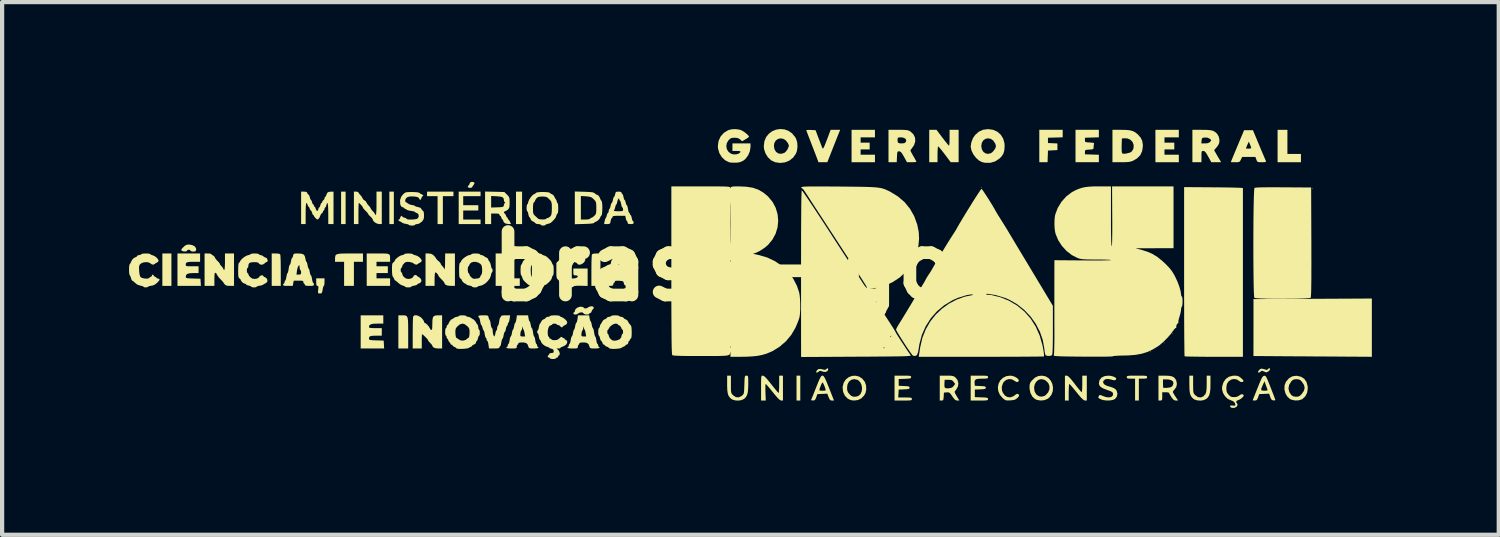
<source format=kicad_pcb>
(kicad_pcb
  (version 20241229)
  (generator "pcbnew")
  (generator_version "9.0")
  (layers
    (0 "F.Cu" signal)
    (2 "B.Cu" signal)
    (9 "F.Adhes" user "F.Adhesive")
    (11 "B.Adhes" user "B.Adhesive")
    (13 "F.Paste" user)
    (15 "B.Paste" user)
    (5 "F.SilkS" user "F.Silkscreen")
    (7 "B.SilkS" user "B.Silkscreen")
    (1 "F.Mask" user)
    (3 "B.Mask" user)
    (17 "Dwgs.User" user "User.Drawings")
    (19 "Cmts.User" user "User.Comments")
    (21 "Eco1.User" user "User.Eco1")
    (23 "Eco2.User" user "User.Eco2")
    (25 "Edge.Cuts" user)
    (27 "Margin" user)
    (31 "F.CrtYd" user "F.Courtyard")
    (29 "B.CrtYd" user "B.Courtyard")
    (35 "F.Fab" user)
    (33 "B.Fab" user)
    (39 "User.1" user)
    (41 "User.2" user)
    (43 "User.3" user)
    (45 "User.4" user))
  (footprint "brasil-gov"
    (layer "F.Cu")
    (at 14.638 3.245)
    (property "Reference" "brasil-gov" (at 0 0 0) (layer "F.SilkS") (effects (font (size 1.5 1.5) (thickness 0.3))))
    (attr board_only exclude_from_pos_files exclude_from_bom)
    (fp_poly (pts (xy 5.526 -1.863) (xy 5.517 -1.854) (xy 5.508 -1.863) (xy 5.517 -1.872)) (stroke (width 0) (type solid)) (fill yes) (layer "F.SilkS"))
    (fp_poly (pts (xy 9.518 2.023) (xy 9.509 2.032) (xy 9.5 2.023) (xy 9.509 2.014)) (stroke (width 0) (type solid)) (fill yes) (layer "F.SilkS"))
    (fp_poly (pts (xy 9.839 1.809) (xy 9.83 1.818) (xy 9.821 1.809) (xy 9.83 1.8)) (stroke (width 0) (type solid)) (fill yes) (layer "F.SilkS"))
    (fp_poly (pts (xy 10.035 1.595) (xy 10.026 1.604) (xy 10.017 1.595) (xy 10.026 1.586)) (stroke (width 0) (type solid)) (fill yes) (layer "F.SilkS"))
    (fp_poly (pts (xy 13.351 -1.845) (xy 13.342 -1.836) (xy 13.333 -1.845) (xy 13.342 -1.854)) (stroke (width 0) (type solid)) (fill yes) (layer "F.SilkS"))
    (fp_poly (pts (xy -13.636 0.08) (xy -13.636 0.463) (xy -13.743 0.463) (xy -13.85 0.463) (xy -13.85 0.08) (xy -13.85 -0.303) (xy -13.743 -0.303) (xy -13.636 -0.303)) (stroke (width 0) (type solid)) (fill yes) (layer "F.SilkS"))
    (fp_poly (pts (xy -9.518 -1.381) (xy -9.518 -0.998) (xy -9.572 -0.998) (xy -9.625 -0.998) (xy -9.625 -1.381) (xy -9.625 -1.765) (xy -9.572 -1.765) (xy -9.518 -1.765)) (stroke (width 0) (type solid)) (fill yes) (layer "F.SilkS"))
    (fp_poly (pts (xy -8.378 -1.381) (xy -8.378 -0.998) (xy -8.431 -0.998) (xy -8.484 -0.998) (xy -8.484 -1.381) (xy -8.484 -1.765) (xy -8.431 -1.765) (xy -8.378 -1.765)) (stroke (width 0) (type solid)) (fill yes) (layer "F.SilkS"))
    (fp_poly (pts (xy -5.347 -1.381) (xy -5.347 -0.998) (xy -5.419 -0.998) (xy -5.49 -0.998) (xy -5.49 -1.381) (xy -5.49 -1.765) (xy -5.419 -1.765) (xy -5.347 -1.765)) (stroke (width 0) (type solid)) (fill yes) (layer "F.SilkS"))
    (fp_poly (pts (xy 1.23 2.879) (xy 1.23 3.173) (xy 1.185 3.173) (xy 1.141 3.173) (xy 1.141 2.879) (xy 1.141 2.585) (xy 1.185 2.585) (xy 1.23 2.585)) (stroke (width 0) (type solid)) (fill yes) (layer "F.SilkS"))
    (fp_poly (pts (xy -5.775 -0.009) (xy -5.775 0.285) (xy -5.588 0.285) (xy -5.401 0.285) (xy -5.401 0.374) (xy -5.401 0.463) (xy -5.686 0.463) (xy -5.971 0.463) (xy -5.971 0.08) (xy -5.971 -0.303) (xy -5.873 -0.303) (xy -5.775 -0.303)) (stroke (width 0) (type solid)) (fill yes) (layer "F.SilkS"))
    (fp_poly (pts (xy 12.745 -2.941) (xy 12.745 -2.656) (xy 12.905 -2.656) (xy 13.065 -2.656) (xy 13.065 -2.558) (xy 13.065 -2.46) (xy 12.789 -2.46) (xy 12.513 -2.46) (xy 12.513 -2.843) (xy 12.513 -3.226) (xy 12.629 -3.226) (xy 12.745 -3.226)) (stroke (width 0) (type solid)) (fill yes) (layer "F.SilkS"))
    (fp_poly (pts (xy -11.107 -0.3) (xy -11.073 -0.289) (xy -11.062 -0.275) (xy -11.059 -0.249) (xy -11.056 -0.193) (xy -11.053 -0.114) (xy -11.052 -0.017) (xy -11.051 0.093) (xy -11.051 0.108) (xy -11.051 0.463) (xy -11.158 0.463) (xy -11.265 0.463) (xy -11.265 0.08) (xy -11.265 -0.303) (xy -11.169 -0.303)) (stroke (width 0) (type solid)) (fill yes) (layer "F.SilkS"))
    (fp_poly (pts (xy -8.135 1.159) (xy -8.101 1.164) (xy -8.076 1.177) (xy -8.059 1.202) (xy -8.048 1.244) (xy -8.042 1.307) (xy -8.04 1.395) (xy -8.039 1.513) (xy -8.039 1.576) (xy -8.039 1.943) (xy -8.155 1.943) (xy -8.271 1.943) (xy -8.271 1.551) (xy -8.271 1.159) (xy -8.18 1.159)) (stroke (width 0) (type solid)) (fill yes) (layer "F.SilkS"))
    (fp_poly (pts (xy -3.494 0.08) (xy -3.494 0.463) (xy -3.601 0.463) (xy -3.708 0.463) (xy -3.708 0.108) (xy -3.707 -0.002) (xy -3.706 -0.101) (xy -3.703 -0.184) (xy -3.7 -0.243) (xy -3.697 -0.273) (xy -3.697 -0.275) (xy -3.679 -0.293) (xy -3.638 -0.301) (xy -3.59 -0.303) (xy -3.494 -0.303)) (stroke (width 0) (type solid)) (fill yes) (layer "F.SilkS"))
    (fp_poly (pts (xy 14.741 1.451) (xy 14.741 2.139) (xy 14.041 2.135) (xy 13.846 2.133) (xy 13.625 2.132) (xy 13.391 2.131) (xy 13.155 2.129) (xy 12.928 2.128) (xy 12.721 2.126) (xy 12.642 2.126) (xy 11.942 2.121) (xy 11.943 1.448) (xy 11.943 0.775) (xy 13.342 0.769) (xy 14.741 0.762)) (stroke (width 0) (type solid)) (fill yes) (layer "F.SilkS"))
    (fp_poly (pts (xy -6.969 -1.711) (xy -6.969 -1.658) (xy -7.094 -1.658) (xy -7.219 -1.658) (xy -7.219 -1.328) (xy -7.219 -0.998) (xy -7.281 -0.998) (xy -7.344 -0.998) (xy -7.344 -1.328) (xy -7.344 -1.658) (xy -7.468 -1.658) (xy -7.593 -1.658) (xy -7.593 -1.711) (xy -7.593 -1.765) (xy -7.281 -1.765) (xy -6.969 -1.765)) (stroke (width 0) (type solid)) (fill yes) (layer "F.SilkS"))
    (fp_poly (pts (xy -6.482 -1.987) (xy -6.471 -1.961) (xy -6.492 -1.924) (xy -6.497 -1.919) (xy -6.519 -1.889) (xy -6.524 -1.873) (xy -6.539 -1.859) (xy -6.577 -1.854) (xy -6.577 -1.854) (xy -6.62 -1.862) (xy -6.631 -1.88) (xy -6.622 -1.904) (xy -6.615 -1.907) (xy -6.599 -1.922) (xy -6.588 -1.952) (xy -6.571 -1.985) (xy -6.536 -1.996) (xy -6.523 -1.996)) (stroke (width 0) (type solid)) (fill yes) (layer "F.SilkS"))
    (fp_poly (pts (xy 1.887 2.416) (xy 1.889 2.439) (xy 1.874 2.475) (xy 1.836 2.495) (xy 1.783 2.495) (xy 1.751 2.486) (xy 1.709 2.471) (xy 1.683 2.475) (xy 1.668 2.488) (xy 1.639 2.508) (xy 1.613 2.513) (xy 1.604 2.503) (xy 1.612 2.481) (xy 1.623 2.459) (xy 1.657 2.431) (xy 1.712 2.426) (xy 1.772 2.441) (xy 1.814 2.449) (xy 1.843 2.432) (xy 1.873 2.409)) (stroke (width 0) (type solid)) (fill yes) (layer "F.SilkS"))
    (fp_poly (pts (xy 7.433 -3.138) (xy 7.433 -3.049) (xy 7.259 -3.044) (xy 7.085 -3.039) (xy 7.085 -2.977) (xy 7.085 -2.914) (xy 7.197 -2.909) (xy 7.308 -2.904) (xy 7.308 -2.825) (xy 7.308 -2.747) (xy 7.197 -2.741) (xy 7.085 -2.736) (xy 7.08 -2.598) (xy 7.075 -2.46) (xy 6.978 -2.46) (xy 6.88 -2.46) (xy 6.88 -2.843) (xy 6.88 -3.226) (xy 7.157 -3.226) (xy 7.433 -3.226)) (stroke (width 0) (type solid)) (fill yes) (layer "F.SilkS"))
    (fp_poly (pts (xy -9.108 -0.205) (xy -9.108 -0.107) (xy -9.215 -0.107) (xy -9.322 -0.107) (xy -9.322 0.178) (xy -9.322 0.463) (xy -9.438 0.463) (xy -9.554 0.463) (xy -9.554 0.178) (xy -9.554 -0.107) (xy -9.661 -0.107) (xy -9.768 -0.107) (xy -9.768 -0.18) (xy -9.766 -0.222) (xy -9.759 -0.253) (xy -9.742 -0.275) (xy -9.709 -0.289) (xy -9.657 -0.298) (xy -9.58 -0.302) (xy -9.475 -0.303) (xy -9.413 -0.303) (xy -9.108 -0.303)) (stroke (width 0) (type solid)) (fill yes) (layer "F.SilkS"))
    (fp_poly (pts (xy 12.33 2.414) (xy 12.335 2.433) (xy 12.321 2.461) (xy 12.291 2.487) (xy 12.258 2.505) (xy 12.229 2.503) (xy 12.194 2.488) (xy 12.156 2.471) (xy 12.132 2.472) (xy 12.114 2.487) (xy 12.083 2.509) (xy 12.057 2.512) (xy 12.049 2.499) (xy 12.063 2.468) (xy 12.093 2.437) (xy 12.121 2.42) (xy 12.155 2.421) (xy 12.201 2.434) (xy 12.204 2.435) (xy 12.245 2.449) (xy 12.269 2.445) (xy 12.282 2.433) (xy 12.311 2.409)) (stroke (width 0) (type solid)) (fill yes) (layer "F.SilkS"))
    (fp_poly (pts (xy -6.328 -1.711) (xy -6.328 -1.658) (xy -6.533 -1.658) (xy -6.738 -1.658) (xy -6.738 -1.551) (xy -6.738 -1.444) (xy -6.559 -1.444) (xy -6.381 -1.444) (xy -6.381 -1.381) (xy -6.381 -1.319) (xy -6.559 -1.319) (xy -6.738 -1.319) (xy -6.738 -1.212) (xy -6.738 -1.105) (xy -6.533 -1.105) (xy -6.328 -1.105) (xy -6.328 -1.052) (xy -6.328 -0.998) (xy -6.586 -0.998) (xy -6.845 -0.998) (xy -6.845 -1.381) (xy -6.845 -1.765) (xy -6.586 -1.765) (xy -6.328 -1.765)) (stroke (width 0) (type solid)) (fill yes) (layer "F.SilkS"))
    (fp_poly (pts (xy 2.995 -3.137) (xy 2.995 -3.048) (xy 2.825 -3.048) (xy 2.656 -3.048) (xy 2.656 -2.986) (xy 2.656 -2.923) (xy 2.763 -2.923) (xy 2.87 -2.923) (xy 2.87 -2.843) (xy 2.87 -2.763) (xy 2.763 -2.763) (xy 2.656 -2.763) (xy 2.656 -2.7) (xy 2.656 -2.638) (xy 2.825 -2.638) (xy 2.995 -2.638) (xy 2.995 -2.549) (xy 2.995 -2.46) (xy 2.718 -2.46) (xy 2.442 -2.46) (xy 2.442 -2.843) (xy 2.442 -3.226) (xy 2.718 -3.226) (xy 2.995 -3.226)) (stroke (width 0) (type solid)) (fill yes) (layer "F.SilkS"))
    (fp_poly (pts (xy 10.178 -3.137) (xy 10.178 -3.048) (xy 10.008 -3.048) (xy 9.839 -3.048) (xy 9.839 -2.986) (xy 9.839 -2.923) (xy 9.955 -2.923) (xy 10.071 -2.923) (xy 10.071 -2.843) (xy 10.071 -2.763) (xy 9.955 -2.763) (xy 9.839 -2.763) (xy 9.839 -2.7) (xy 9.839 -2.638) (xy 10.008 -2.638) (xy 10.178 -2.638) (xy 10.178 -2.549) (xy 10.178 -2.46) (xy 9.902 -2.46) (xy 9.625 -2.46) (xy 9.625 -2.843) (xy 9.625 -3.226) (xy 9.902 -3.226) (xy 10.178 -3.226)) (stroke (width 0) (type solid)) (fill yes) (layer "F.SilkS"))
    (fp_poly (pts (xy -13.145 -0.502) (xy -13.091 -0.475) (xy -13.086 -0.471) (xy -13.056 -0.431) (xy -13.049 -0.39) (xy -13.066 -0.359) (xy -13.083 -0.351) (xy -13.126 -0.348) (xy -13.166 -0.355) (xy -13.189 -0.371) (xy -13.19 -0.376) (xy -13.205 -0.389) (xy -13.226 -0.392) (xy -13.255 -0.385) (xy -13.261 -0.376) (xy -13.277 -0.356) (xy -13.322 -0.35) (xy -13.355 -0.353) (xy -13.394 -0.368) (xy -13.402 -0.397) (xy -13.376 -0.432) (xy -13.342 -0.462) (xy -13.315 -0.488) (xy -13.271 -0.51) (xy -13.21 -0.514)) (stroke (width 0) (type solid)) (fill yes) (layer "F.SilkS"))
    (fp_poly (pts (xy -10.017 0.374) (xy -10.02 0.425) (xy -10.028 0.457) (xy -10.034 0.463) (xy -10.045 0.479) (xy -10.056 0.52) (xy -10.062 0.553) (xy -10.071 0.605) (xy -10.083 0.632) (xy -10.104 0.641) (xy -10.125 0.642) (xy -10.155 0.64) (xy -10.169 0.629) (xy -10.171 0.6) (xy -10.166 0.553) (xy -10.161 0.499) (xy -10.165 0.472) (xy -10.179 0.464) (xy -10.184 0.463) (xy -10.202 0.456) (xy -10.211 0.428) (xy -10.213 0.374) (xy -10.213 0.285) (xy -10.115 0.285) (xy -10.017 0.285)) (stroke (width 0) (type solid)) (fill yes) (layer "F.SilkS"))
    (fp_poly (pts (xy -8.647 -0.303) (xy -8.57 -0.301) (xy -8.519 -0.295) (xy -8.489 -0.282) (xy -8.473 -0.261) (xy -8.467 -0.229) (xy -8.467 -0.185) (xy -8.467 -0.177) (xy -8.467 -0.107) (xy -8.627 -0.107) (xy -8.788 -0.107) (xy -8.788 -0.053) (xy -8.788 0) (xy -8.654 0) (xy -8.52 0) (xy -8.52 0.08) (xy -8.52 0.16) (xy -8.654 0.16) (xy -8.788 0.16) (xy -8.788 0.223) (xy -8.788 0.285) (xy -8.627 0.285) (xy -8.467 0.285) (xy -8.467 0.374) (xy -8.467 0.463) (xy -8.743 0.463) (xy -9.019 0.463) (xy -9.019 0.08) (xy -9.019 -0.303) (xy -8.754 -0.303)) (stroke (width 0) (type solid)) (fill yes) (layer "F.SilkS"))
    (fp_poly (pts (xy 9.285 2.585) (xy 9.352 2.586) (xy 9.394 2.59) (xy 9.417 2.596) (xy 9.427 2.605) (xy 9.429 2.62) (xy 9.429 2.62) (xy 9.425 2.641) (xy 9.407 2.652) (xy 9.366 2.655) (xy 9.331 2.656) (xy 9.233 2.656) (xy 9.233 2.914) (xy 9.233 3.173) (xy 9.189 3.173) (xy 9.144 3.173) (xy 9.144 2.914) (xy 9.144 2.656) (xy 9.046 2.656) (xy 8.989 2.654) (xy 8.96 2.648) (xy 8.949 2.633) (xy 8.948 2.62) (xy 8.95 2.606) (xy 8.959 2.596) (xy 8.982 2.59) (xy 9.023 2.586) (xy 9.089 2.585) (xy 9.184 2.585) (xy 9.189 2.585)) (stroke (width 0) (type solid)) (fill yes) (layer "F.SilkS"))
    (fp_poly (pts (xy 4.591 -3.039) (xy 4.644 -2.97) (xy 4.691 -2.912) (xy 4.725 -2.871) (xy 4.744 -2.852) (xy 4.746 -2.852) (xy 4.751 -2.869) (xy 4.756 -2.913) (xy 4.758 -2.979) (xy 4.759 -3.039) (xy 4.759 -3.226) (xy 4.866 -3.226) (xy 4.973 -3.226) (xy 4.973 -2.843) (xy 4.973 -2.46) (xy 4.879 -2.46) (xy 4.786 -2.46) (xy 4.645 -2.647) (xy 4.592 -2.717) (xy 4.545 -2.775) (xy 4.51 -2.815) (xy 4.491 -2.834) (xy 4.489 -2.834) (xy 4.483 -2.818) (xy 4.478 -2.773) (xy 4.475 -2.707) (xy 4.474 -2.647) (xy 4.474 -2.46) (xy 4.376 -2.46) (xy 4.278 -2.46) (xy 4.278 -2.843) (xy 4.278 -3.226) (xy 4.364 -3.226) (xy 4.45 -3.226)) (stroke (width 0) (type solid)) (fill yes) (layer "F.SilkS"))
    (fp_poly (pts (xy -12.958 -0.205) (xy -12.958 -0.107) (xy -13.1 -0.107) (xy -13.187 -0.106) (xy -13.244 -0.1) (xy -13.278 -0.088) (xy -13.294 -0.069) (xy -13.297 -0.043) (xy -13.296 -0.022) (xy -13.286 -0.009) (xy -13.261 -0.003) (xy -13.215 -0.000373) (xy -13.146 0) (xy -12.994 0) (xy -12.994 0.08) (xy -12.994 0.16) (xy -13.12 0.16) (xy -13.205 0.165) (xy -13.259 0.179) (xy -13.289 0.206) (xy -13.297 0.248) (xy -13.295 0.264) (xy -13.282 0.275) (xy -13.254 0.282) (xy -13.203 0.286) (xy -13.124 0.289) (xy -13.123 0.289) (xy -12.95 0.294) (xy -12.944 0.379) (xy -12.939 0.463) (xy -13.216 0.463) (xy -13.493 0.463) (xy -13.493 0.08) (xy -13.493 -0.303) (xy -13.226 -0.303) (xy -12.958 -0.303)) (stroke (width 0) (type solid)) (fill yes) (layer "F.SilkS"))
    (fp_poly (pts (xy -8.627 1.257) (xy -8.627 1.355) (xy -8.771 1.355) (xy -8.861 1.358) (xy -8.92 1.37) (xy -8.954 1.392) (xy -8.966 1.427) (xy -8.966 1.434) (xy -8.96 1.447) (xy -8.939 1.456) (xy -8.896 1.46) (xy -8.824 1.462) (xy -8.814 1.462) (xy -8.663 1.462) (xy -8.663 1.551) (xy -8.663 1.64) (xy -8.786 1.64) (xy -8.869 1.642) (xy -8.922 1.648) (xy -8.952 1.662) (xy -8.964 1.686) (xy -8.966 1.704) (xy -8.964 1.723) (xy -8.955 1.735) (xy -8.932 1.743) (xy -8.888 1.747) (xy -8.816 1.75) (xy -8.792 1.751) (xy -8.618 1.756) (xy -8.613 1.849) (xy -8.607 1.943) (xy -8.885 1.943) (xy -9.162 1.943) (xy -9.162 1.551) (xy -9.162 1.159) (xy -8.894 1.159) (xy -8.627 1.159)) (stroke (width 0) (type solid)) (fill yes) (layer "F.SilkS"))
    (fp_poly (pts (xy 8.288 -3.138) (xy 8.288 -3.049) (xy 8.124 -3.044) (xy 7.959 -3.039) (xy 7.959 -2.986) (xy 7.96 -2.957) (xy 7.97 -2.94) (xy 7.996 -2.932) (xy 8.047 -2.928) (xy 8.072 -2.927) (xy 8.133 -2.922) (xy 8.166 -2.915) (xy 8.176 -2.903) (xy 8.174 -2.894) (xy 8.166 -2.856) (xy 8.164 -2.816) (xy 8.162 -2.787) (xy 8.15 -2.771) (xy 8.121 -2.763) (xy 8.064 -2.759) (xy 8.061 -2.759) (xy 8.004 -2.755) (xy 7.973 -2.748) (xy 7.961 -2.732) (xy 7.959 -2.704) (xy 7.959 -2.7) (xy 7.959 -2.647) (xy 8.124 -2.642) (xy 8.288 -2.637) (xy 8.288 -2.548) (xy 8.288 -2.46) (xy 8.012 -2.46) (xy 7.736 -2.46) (xy 7.736 -2.843) (xy 7.736 -3.226) (xy 8.012 -3.226) (xy 8.288 -3.226)) (stroke (width 0) (type solid)) (fill yes) (layer "F.SilkS"))
    (fp_poly (pts (xy 10.516 2.791) (xy 10.517 2.88) (xy 10.519 2.94) (xy 10.524 2.98) (xy 10.534 3.008) (xy 10.55 3.03) (xy 10.569 3.049) (xy 10.631 3.092) (xy 10.696 3.101) (xy 10.756 3.077) (xy 10.805 3.023) (xy 10.81 3.013) (xy 10.825 2.968) (xy 10.834 2.9) (xy 10.837 2.803) (xy 10.837 2.773) (xy 10.837 2.585) (xy 10.882 2.585) (xy 10.926 2.585) (xy 10.926 2.781) (xy 10.924 2.896) (xy 10.914 2.983) (xy 10.896 3.047) (xy 10.868 3.096) (xy 10.828 3.134) (xy 10.768 3.163) (xy 10.691 3.175) (xy 10.611 3.169) (xy 10.544 3.147) (xy 10.527 3.136) (xy 10.487 3.098) (xy 10.459 3.056) (xy 10.441 3.003) (xy 10.431 2.93) (xy 10.428 2.832) (xy 10.427 2.79) (xy 10.427 2.585) (xy 10.472 2.585) (xy 10.516 2.585)) (stroke (width 0) (type solid)) (fill yes) (layer "F.SilkS"))
    (fp_poly (pts (xy 2.149 -3.168) (xy 2.135 -3.134) (xy 2.11 -3.072) (xy 2.078 -2.99) (xy 2.04 -2.894) (xy 1.999 -2.79) (xy 1.997 -2.785) (xy 1.869 -2.46) (xy 1.765 -2.46) (xy 1.66 -2.46) (xy 1.622 -2.562) (xy 1.602 -2.615) (xy 1.572 -2.692) (xy 1.536 -2.786) (xy 1.497 -2.886) (xy 1.478 -2.936) (xy 1.443 -3.027) (xy 1.412 -3.107) (xy 1.389 -3.169) (xy 1.375 -3.207) (xy 1.372 -3.217) (xy 1.389 -3.222) (xy 1.431 -3.224) (xy 1.482 -3.223) (xy 1.591 -3.217) (xy 1.668 -3.012) (xy 1.699 -2.932) (xy 1.725 -2.863) (xy 1.744 -2.814) (xy 1.754 -2.79) (xy 1.754 -2.79) (xy 1.763 -2.782) (xy 1.776 -2.794) (xy 1.795 -2.83) (xy 1.821 -2.891) (xy 1.856 -2.983) (xy 1.872 -3.024) (xy 1.947 -3.226) (xy 2.06 -3.226) (xy 2.173 -3.226)) (stroke (width 0) (type solid)) (fill yes) (layer "F.SilkS"))
    (fp_poly (pts (xy 7.55 2.592) (xy 7.581 2.617) (xy 7.624 2.662) (xy 7.68 2.732) (xy 7.718 2.781) (xy 7.773 2.852) (xy 7.822 2.911) (xy 7.858 2.954) (xy 7.88 2.975) (xy 7.882 2.977) (xy 7.888 2.96) (xy 7.892 2.915) (xy 7.895 2.849) (xy 7.896 2.781) (xy 7.896 2.585) (xy 7.95 2.585) (xy 8.003 2.585) (xy 8.003 2.879) (xy 8.003 3.173) (xy 7.96 3.173) (xy 7.937 3.166) (xy 7.907 3.144) (xy 7.866 3.104) (xy 7.811 3.04) (xy 7.76 2.977) (xy 7.702 2.906) (xy 7.652 2.847) (xy 7.614 2.804) (xy 7.592 2.782) (xy 7.589 2.781) (xy 7.583 2.797) (xy 7.579 2.842) (xy 7.576 2.909) (xy 7.575 2.977) (xy 7.575 3.173) (xy 7.531 3.173) (xy 7.486 3.173) (xy 7.486 2.879) (xy 7.486 2.585) (xy 7.527 2.585)) (stroke (width 0) (type solid)) (fill yes) (layer "F.SilkS"))
    (fp_poly (pts (xy -3.668 0.951) (xy -3.654 0.972) (xy -3.654 0.98) (xy -3.661 1.009) (xy -3.672 1.016) (xy -3.688 1.031) (xy -3.7 1.061) (xy -3.717 1.094) (xy -3.736 1.105) (xy -3.759 1.115) (xy -3.761 1.123) (xy -3.776 1.137) (xy -3.81 1.141) (xy -3.851 1.137) (xy -3.883 1.125) (xy -3.892 1.114) (xy -3.916 1.093) (xy -3.946 1.087) (xy -3.992 1.098) (xy -4.017 1.114) (xy -4.055 1.135) (xy -4.089 1.141) (xy -4.126 1.132) (xy -4.135 1.114) (xy -4.126 1.09) (xy -4.117 1.087) (xy -4.102 1.073) (xy -4.1 1.056) (xy -4.084 1.014) (xy -4.043 0.979) (xy -3.988 0.958) (xy -3.958 0.955) (xy -3.915 0.961) (xy -3.891 0.975) (xy -3.89 0.977) (xy -3.868 0.995) (xy -3.831 0.995) (xy -3.793 0.978) (xy -3.785 0.971) (xy -3.748 0.952) (xy -3.706 0.945)) (stroke (width 0) (type solid)) (fill yes) (layer "F.SilkS"))
    (fp_poly (pts (xy 5.741 0.679) (xy 5.951 0.729) (xy 6.157 0.811) (xy 6.158 0.812) (xy 6.355 0.928) (xy 6.528 1.07) (xy 6.674 1.236) (xy 6.795 1.425) (xy 6.889 1.637) (xy 6.956 1.871) (xy 6.982 2.01) (xy 6.989 2.069) (xy 6.992 2.113) (xy 6.99 2.131) (xy 6.971 2.132) (xy 6.919 2.133) (xy 6.837 2.134) (xy 6.727 2.135) (xy 6.593 2.136) (xy 6.435 2.137) (xy 6.258 2.138) (xy 6.064 2.138) (xy 5.855 2.139) (xy 5.635 2.139) (xy 5.505 2.139) (xy 4.029 2.139) (xy 4.037 2.09) (xy 4.044 2.048) (xy 4.054 1.984) (xy 4.065 1.912) (xy 4.066 1.908) (xy 4.116 1.691) (xy 4.196 1.49) (xy 4.302 1.306) (xy 4.431 1.143) (xy 4.581 1.001) (xy 4.748 0.881) (xy 4.929 0.786) (xy 5.122 0.717) (xy 5.324 0.675) (xy 5.531 0.662)) (stroke (width 0) (type solid)) (fill yes) (layer "F.SilkS"))
    (fp_poly (pts (xy 3.74 2.585) (xy 3.796 2.587) (xy 3.829 2.592) (xy 3.845 2.6) (xy 3.85 2.614) (xy 3.85 2.619) (xy 3.847 2.637) (xy 3.832 2.648) (xy 3.799 2.654) (xy 3.74 2.658) (xy 3.703 2.66) (xy 3.556 2.665) (xy 3.556 2.745) (xy 3.556 2.825) (xy 3.685 2.83) (xy 3.753 2.834) (xy 3.792 2.84) (xy 3.81 2.851) (xy 3.814 2.868) (xy 3.814 2.87) (xy 3.81 2.888) (xy 3.793 2.899) (xy 3.756 2.905) (xy 3.69 2.909) (xy 3.685 2.909) (xy 3.556 2.914) (xy 3.551 3.008) (xy 3.545 3.101) (xy 3.707 3.101) (xy 3.783 3.102) (xy 3.831 3.105) (xy 3.856 3.111) (xy 3.866 3.123) (xy 3.868 3.137) (xy 3.866 3.152) (xy 3.855 3.163) (xy 3.83 3.169) (xy 3.785 3.172) (xy 3.713 3.173) (xy 3.663 3.173) (xy 3.458 3.173) (xy 3.458 2.879) (xy 3.458 2.585) (xy 3.654 2.585)) (stroke (width 0) (type solid)) (fill yes) (layer "F.SilkS"))
    (fp_poly (pts (xy 7.025 2.6) (xy 7.097 2.642) (xy 7.152 2.704) (xy 7.188 2.781) (xy 7.204 2.865) (xy 7.198 2.951) (xy 7.169 3.033) (xy 7.115 3.103) (xy 7.078 3.132) (xy 7.002 3.164) (xy 6.913 3.173) (xy 6.826 3.159) (xy 6.779 3.138) (xy 6.715 3.079) (xy 6.671 2.996) (xy 6.65 2.895) (xy 6.649 2.862) (xy 6.649 2.859) (xy 6.757 2.859) (xy 6.765 2.94) (xy 6.774 2.971) (xy 6.814 3.034) (xy 6.872 3.072) (xy 6.939 3.082) (xy 7.007 3.062) (xy 7.03 3.046) (xy 7.089 2.981) (xy 7.119 2.907) (xy 7.12 2.832) (xy 7.094 2.763) (xy 7.039 2.706) (xy 6.994 2.68) (xy 6.924 2.667) (xy 6.862 2.684) (xy 6.81 2.726) (xy 6.774 2.786) (xy 6.757 2.859) (xy 6.649 2.859) (xy 6.652 2.799) (xy 6.665 2.755) (xy 6.694 2.712) (xy 6.705 2.7) (xy 6.778 2.632) (xy 6.854 2.595) (xy 6.938 2.585)) (stroke (width 0) (type solid)) (fill yes) (layer "F.SilkS"))
    (fp_poly (pts (xy 0.367 2.592) (xy 0.399 2.618) (xy 0.442 2.664) (xy 0.501 2.735) (xy 0.544 2.789) (xy 0.602 2.862) (xy 0.652 2.923) (xy 0.69 2.968) (xy 0.713 2.992) (xy 0.717 2.994) (xy 0.723 2.978) (xy 0.727 2.933) (xy 0.73 2.866) (xy 0.731 2.79) (xy 0.731 2.585) (xy 0.775 2.585) (xy 0.82 2.585) (xy 0.82 2.879) (xy 0.82 3.173) (xy 0.778 3.173) (xy 0.755 3.165) (xy 0.723 3.141) (xy 0.68 3.096) (xy 0.622 3.027) (xy 0.581 2.977) (xy 0.524 2.906) (xy 0.474 2.847) (xy 0.436 2.804) (xy 0.415 2.782) (xy 0.412 2.781) (xy 0.407 2.797) (xy 0.405 2.842) (xy 0.405 2.909) (xy 0.406 2.977) (xy 0.414 3.173) (xy 0.359 3.173) (xy 0.303 3.173) (xy 0.303 2.879) (xy 0.303 2.77) (xy 0.304 2.692) (xy 0.306 2.64) (xy 0.31 2.608) (xy 0.318 2.592) (xy 0.328 2.585) (xy 0.343 2.585) (xy 0.343 2.585)) (stroke (width 0) (type solid)) (fill yes) (layer "F.SilkS"))
    (fp_poly (pts (xy 2.618 2.606) (xy 2.692 2.653) (xy 2.753 2.727) (xy 2.784 2.811) (xy 2.79 2.905) (xy 2.772 2.994) (xy 2.739 3.054) (xy 2.67 3.124) (xy 2.591 3.162) (xy 2.501 3.173) (xy 2.425 3.164) (xy 2.361 3.134) (xy 2.349 3.126) (xy 2.283 3.058) (xy 2.243 2.97) (xy 2.231 2.871) (xy 2.335 2.871) (xy 2.34 2.933) (xy 2.359 2.98) (xy 2.39 3.021) (xy 2.435 3.063) (xy 2.477 3.081) (xy 2.507 3.084) (xy 2.56 3.078) (xy 2.603 3.066) (xy 2.603 3.065) (xy 2.653 3.02) (xy 2.682 2.956) (xy 2.69 2.882) (xy 2.679 2.808) (xy 2.648 2.742) (xy 2.599 2.693) (xy 2.579 2.683) (xy 2.503 2.667) (xy 2.435 2.683) (xy 2.381 2.726) (xy 2.346 2.793) (xy 2.335 2.871) (xy 2.231 2.871) (xy 2.231 2.87) (xy 2.233 2.841) (xy 2.258 2.747) (xy 2.308 2.673) (xy 2.375 2.621) (xy 2.453 2.591) (xy 2.536 2.586)) (stroke (width 0) (type solid)) (fill yes) (layer "F.SilkS"))
    (fp_poly (pts (xy 6.25 2.592) (xy 6.306 2.613) (xy 6.353 2.641) (xy 6.385 2.673) (xy 6.397 2.703) (xy 6.383 2.728) (xy 6.37 2.734) (xy 6.333 2.732) (xy 6.303 2.712) (xy 6.237 2.674) (xy 6.165 2.665) (xy 6.096 2.686) (xy 6.04 2.733) (xy 6.019 2.768) (xy 5.992 2.853) (xy 5.998 2.935) (xy 6.018 2.988) (xy 6.065 3.053) (xy 6.127 3.09) (xy 6.196 3.098) (xy 6.264 3.074) (xy 6.289 3.057) (xy 6.334 3.023) (xy 6.366 3.014) (xy 6.391 3.029) (xy 6.397 3.036) (xy 6.403 3.058) (xy 6.385 3.088) (xy 6.363 3.111) (xy 6.326 3.141) (xy 6.285 3.158) (xy 6.226 3.167) (xy 6.196 3.169) (xy 6.133 3.172) (xy 6.091 3.168) (xy 6.058 3.151) (xy 6.019 3.119) (xy 6.01 3.111) (xy 5.945 3.033) (xy 5.909 2.946) (xy 5.901 2.858) (xy 5.918 2.773) (xy 5.958 2.697) (xy 6.02 2.637) (xy 6.101 2.597) (xy 6.191 2.585)) (stroke (width 0) (type solid)) (fill yes) (layer "F.SilkS"))
    (fp_poly (pts (xy 10.998 -1.867) (xy 11.151 -1.866) (xy 11.293 -1.864) (xy 11.419 -1.862) (xy 11.526 -1.859) (xy 11.61 -1.856) (xy 11.666 -1.853) (xy 11.692 -1.85) (xy 11.693 -1.849) (xy 11.693 -1.83) (xy 11.693 -1.777) (xy 11.693 -1.694) (xy 11.693 -1.581) (xy 11.693 -1.442) (xy 11.693 -1.279) (xy 11.693 -1.094) (xy 11.693 -0.889) (xy 11.693 -0.666) (xy 11.693 -0.429) (xy 11.693 -0.179) (xy 11.693 0.082) (xy 11.693 0.152) (xy 11.693 2.139) (xy 11.01 2.139) (xy 10.857 2.139) (xy 10.716 2.138) (xy 10.589 2.136) (xy 10.482 2.135) (xy 10.398 2.133) (xy 10.341 2.13) (xy 10.316 2.128) (xy 10.314 2.127) (xy 10.313 2.108) (xy 10.311 2.056) (xy 10.31 1.972) (xy 10.309 1.86) (xy 10.307 1.721) (xy 10.306 1.558) (xy 10.305 1.373) (xy 10.304 1.168) (xy 10.304 0.945) (xy 10.303 0.708) (xy 10.303 0.457) (xy 10.303 0.196) (xy 10.303 0.122) (xy 10.303 -1.872)) (stroke (width 0) (type solid)) (fill yes) (layer "F.SilkS"))
    (fp_poly (pts (xy 0.853 -3.237) (xy 0.948 -3.203) (xy 1.034 -3.144) (xy 1.107 -3.057) (xy 1.128 -3.021) (xy 1.157 -2.932) (xy 1.164 -2.83) (xy 1.151 -2.729) (xy 1.126 -2.661) (xy 1.059 -2.567) (xy 0.97 -2.498) (xy 0.865 -2.456) (xy 0.751 -2.443) (xy 0.633 -2.461) (xy 0.541 -2.505) (xy 0.464 -2.577) (xy 0.407 -2.669) (xy 0.373 -2.774) (xy 0.367 -2.843) (xy 0.368 -2.848) (xy 0.606 -2.848) (xy 0.62 -2.766) (xy 0.657 -2.704) (xy 0.712 -2.667) (xy 0.78 -2.659) (xy 0.853 -2.681) (xy 0.892 -2.714) (xy 0.928 -2.764) (xy 0.935 -2.78) (xy 0.955 -2.826) (xy 0.959 -2.858) (xy 0.947 -2.891) (xy 0.934 -2.916) (xy 0.885 -2.979) (xy 0.826 -3.014) (xy 0.761 -3.024) (xy 0.7 -3.009) (xy 0.649 -2.971) (xy 0.616 -2.912) (xy 0.606 -2.848) (xy 0.368 -2.848) (xy 0.382 -2.958) (xy 0.423 -3.056) (xy 0.487 -3.134) (xy 0.566 -3.193) (xy 0.657 -3.23) (xy 0.754 -3.245)) (stroke (width 0) (type solid)) (fill yes) (layer "F.SilkS"))
    (fp_poly (pts (xy 5.551 2.585) (xy 5.61 2.587) (xy 5.645 2.591) (xy 5.662 2.599) (xy 5.668 2.611) (xy 5.668 2.62) (xy 5.665 2.638) (xy 5.651 2.649) (xy 5.619 2.654) (xy 5.562 2.656) (xy 5.528 2.656) (xy 5.444 2.659) (xy 5.39 2.669) (xy 5.36 2.691) (xy 5.349 2.728) (xy 5.351 2.766) (xy 5.356 2.825) (xy 5.486 2.83) (xy 5.553 2.834) (xy 5.592 2.84) (xy 5.61 2.851) (xy 5.615 2.868) (xy 5.615 2.87) (xy 5.611 2.888) (xy 5.593 2.899) (xy 5.556 2.905) (xy 5.49 2.909) (xy 5.486 2.909) (xy 5.356 2.914) (xy 5.356 3.003) (xy 5.356 3.093) (xy 5.512 3.098) (xy 5.587 3.101) (xy 5.634 3.106) (xy 5.658 3.114) (xy 5.667 3.127) (xy 5.668 3.138) (xy 5.666 3.153) (xy 5.655 3.163) (xy 5.629 3.169) (xy 5.583 3.172) (xy 5.51 3.173) (xy 5.463 3.173) (xy 5.258 3.173) (xy 5.258 2.879) (xy 5.258 2.585) (xy 5.463 2.585)) (stroke (width 0) (type solid)) (fill yes) (layer "F.SilkS"))
    (fp_poly (pts (xy 8.931 -3.224) (xy 9.02 -3.215) (xy 9.089 -3.197) (xy 9.146 -3.168) (xy 9.2 -3.125) (xy 9.212 -3.114) (xy 9.277 -3.04) (xy 9.313 -2.965) (xy 9.327 -2.875) (xy 9.328 -2.842) (xy 9.312 -2.726) (xy 9.268 -2.629) (xy 9.193 -2.552) (xy 9.094 -2.494) (xy 9.049 -2.478) (xy 8.996 -2.467) (xy 8.927 -2.462) (xy 8.833 -2.46) (xy 8.813 -2.46) (xy 8.609 -2.46) (xy 8.609 -2.805) (xy 8.826 -2.805) (xy 8.827 -2.742) (xy 8.831 -2.699) (xy 8.832 -2.695) (xy 8.841 -2.67) (xy 8.86 -2.66) (xy 8.899 -2.661) (xy 8.926 -2.664) (xy 8.986 -2.677) (xy 9.036 -2.694) (xy 9.05 -2.701) (xy 9.08 -2.735) (xy 9.105 -2.785) (xy 9.107 -2.792) (xy 9.111 -2.868) (xy 9.086 -2.935) (xy 9.037 -2.989) (xy 8.969 -3.021) (xy 8.894 -3.027) (xy 8.832 -3.021) (xy 8.827 -2.879) (xy 8.826 -2.805) (xy 8.609 -2.805) (xy 8.609 -2.843) (xy 8.609 -3.226) (xy 8.815 -3.226)) (stroke (width 0) (type solid)) (fill yes) (layer "F.SilkS"))
    (fp_poly (pts (xy 12.969 2.589) (xy 13.068 2.611) (xy 13.144 2.661) (xy 13.196 2.735) (xy 13.223 2.834) (xy 13.226 2.891) (xy 13.211 2.988) (xy 13.169 3.072) (xy 13.104 3.134) (xy 13.084 3.146) (xy 13.008 3.169) (xy 12.922 3.171) (xy 12.84 3.153) (xy 12.802 3.135) (xy 12.738 3.074) (xy 12.695 2.994) (xy 12.674 2.904) (xy 12.675 2.892) (xy 12.77 2.892) (xy 12.791 2.975) (xy 12.838 3.044) (xy 12.881 3.073) (xy 12.941 3.084) (xy 12.951 3.084) (xy 13.004 3.079) (xy 13.042 3.06) (xy 13.081 3.021) (xy 13.134 2.946) (xy 13.153 2.876) (xy 13.138 2.806) (xy 13.089 2.731) (xy 13.088 2.729) (xy 13.049 2.69) (xy 13.009 2.672) (xy 12.958 2.669) (xy 12.903 2.673) (xy 12.865 2.692) (xy 12.832 2.727) (xy 12.784 2.808) (xy 12.77 2.892) (xy 12.675 2.892) (xy 12.678 2.813) (xy 12.71 2.732) (xy 12.714 2.726) (xy 12.783 2.646) (xy 12.862 2.601) (xy 12.953 2.588)) (stroke (width 0) (type solid)) (fill yes) (layer "F.SilkS"))
    (fp_poly (pts (xy -0.41 2.791) (xy -0.41 2.88) (xy -0.408 2.94) (xy -0.403 2.98) (xy -0.393 3.008) (xy -0.377 3.03) (xy -0.358 3.049) (xy -0.295 3.092) (xy -0.23 3.099) (xy -0.165 3.071) (xy -0.148 3.058) (xy -0.127 3.039) (xy -0.113 3.019) (xy -0.103 2.99) (xy -0.098 2.947) (xy -0.095 2.881) (xy -0.092 2.8) (xy -0.089 2.71) (xy -0.086 2.649) (xy -0.081 2.612) (xy -0.073 2.593) (xy -0.061 2.586) (xy -0.043 2.585) (xy -0.024 2.586) (xy -0.012 2.593) (xy -0.005 2.613) (xy -0.001 2.652) (xy -0.000096 2.715) (xy 0 2.781) (xy -0.003 2.896) (xy -0.012 2.983) (xy -0.03 3.047) (xy -0.059 3.096) (xy -0.098 3.134) (xy -0.159 3.163) (xy -0.236 3.175) (xy -0.315 3.169) (xy -0.382 3.147) (xy -0.399 3.136) (xy -0.439 3.098) (xy -0.468 3.056) (xy -0.485 3.003) (xy -0.495 2.93) (xy -0.499 2.832) (xy -0.499 2.79) (xy -0.499 2.585) (xy -0.455 2.585) (xy -0.41 2.585)) (stroke (width 0) (type solid)) (fill yes) (layer "F.SilkS"))
    (fp_poly (pts (xy 1.776 2.592) (xy 1.807 2.635) (xy 1.843 2.711) (xy 1.887 2.82) (xy 1.911 2.879) (xy 2.027 3.173) (xy 1.978 3.173) (xy 1.946 3.168) (xy 1.924 3.146) (xy 1.902 3.1) (xy 1.899 3.092) (xy 1.868 3.011) (xy 1.751 3.016) (xy 1.634 3.021) (xy 1.607 3.097) (xy 1.586 3.145) (xy 1.564 3.167) (xy 1.531 3.173) (xy 1.528 3.173) (xy 1.495 3.169) (xy 1.486 3.159) (xy 1.494 3.139) (xy 1.514 3.091) (xy 1.542 3.022) (xy 1.576 2.936) (xy 1.58 2.925) (xy 1.681 2.925) (xy 1.692 2.937) (xy 1.727 2.941) (xy 1.756 2.941) (xy 1.805 2.94) (xy 1.828 2.933) (xy 1.83 2.915) (xy 1.826 2.901) (xy 1.806 2.842) (xy 1.784 2.791) (xy 1.766 2.755) (xy 1.756 2.745) (xy 1.742 2.76) (xy 1.723 2.8) (xy 1.701 2.854) (xy 1.685 2.901) (xy 1.681 2.925) (xy 1.58 2.925) (xy 1.604 2.865) (xy 1.651 2.746) (xy 1.689 2.659) (xy 1.72 2.604) (xy 1.748 2.582)) (stroke (width 0) (type solid)) (fill yes) (layer "F.SilkS"))
    (fp_poly (pts (xy 5.786 -3.227) (xy 5.888 -3.182) (xy 5.969 -3.11) (xy 6.027 -3.017) (xy 6.057 -2.905) (xy 6.06 -2.848) (xy 6.054 -2.745) (xy 6.032 -2.666) (xy 5.99 -2.599) (xy 5.942 -2.55) (xy 5.839 -2.481) (xy 5.726 -2.447) (xy 5.604 -2.446) (xy 5.528 -2.462) (xy 5.454 -2.5) (xy 5.384 -2.563) (xy 5.323 -2.643) (xy 5.279 -2.731) (xy 5.259 -2.817) (xy 5.258 -2.833) (xy 5.26 -2.845) (xy 5.508 -2.845) (xy 5.521 -2.767) (xy 5.557 -2.707) (xy 5.609 -2.669) (xy 5.67 -2.657) (xy 5.735 -2.674) (xy 5.763 -2.692) (xy 5.804 -2.735) (xy 5.837 -2.784) (xy 5.853 -2.824) (xy 5.853 -2.857) (xy 5.837 -2.902) (xy 5.835 -2.906) (xy 5.791 -2.973) (xy 5.734 -3.012) (xy 5.671 -3.025) (xy 5.61 -3.014) (xy 5.558 -2.979) (xy 5.522 -2.922) (xy 5.508 -2.845) (xy 5.508 -2.845) (xy 5.26 -2.845) (xy 5.273 -2.93) (xy 5.311 -3.028) (xy 5.362 -3.103) (xy 5.45 -3.182) (xy 5.552 -3.228) (xy 5.668 -3.243)) (stroke (width 0) (type solid)) (fill yes) (layer "F.SilkS"))
    (fp_poly (pts (xy -7.496 -0.295) (xy -7.447 -0.266) (xy -7.431 -0.251) (xy -7.399 -0.215) (xy -7.38 -0.189) (xy -7.379 -0.184) (xy -7.366 -0.164) (xy -7.334 -0.133) (xy -7.325 -0.126) (xy -7.291 -0.094) (xy -7.273 -0.07) (xy -7.272 -0.066) (xy -7.262 -0.041) (xy -7.25 -0.026) (xy -7.21 0.021) (xy -7.187 0.054) (xy -7.178 0.072) (xy -7.174 0.066) (xy -7.171 0.03) (xy -7.168 -0.029) (xy -7.167 -0.102) (xy -7.165 -0.303) (xy -7.05 -0.303) (xy -6.934 -0.303) (xy -6.934 0.08) (xy -6.934 0.463) (xy -7.031 0.463) (xy -7.106 0.456) (xy -7.159 0.434) (xy -7.182 0.4) (xy -7.183 0.391) (xy -7.195 0.37) (xy -7.226 0.335) (xy -7.255 0.305) (xy -7.294 0.264) (xy -7.32 0.231) (xy -7.326 0.217) (xy -7.339 0.189) (xy -7.367 0.159) (xy -7.395 0.143) (xy -7.398 0.143) (xy -7.406 0.159) (xy -7.411 0.203) (xy -7.415 0.267) (xy -7.415 0.303) (xy -7.415 0.463) (xy -7.522 0.463) (xy -7.629 0.463) (xy -7.629 0.08) (xy -7.629 -0.303) (xy -7.556 -0.303)) (stroke (width 0) (type solid)) (fill yes) (layer "F.SilkS"))
    (fp_poly (pts (xy 12.027 -2.986) (xy 12.074 -2.873) (xy 12.12 -2.762) (xy 12.164 -2.659) (xy 12.201 -2.572) (xy 12.229 -2.506) (xy 12.24 -2.482) (xy 12.235 -2.469) (xy 12.204 -2.462) (xy 12.143 -2.46) (xy 12.142 -2.46) (xy 12.082 -2.461) (xy 12.047 -2.467) (xy 12.028 -2.482) (xy 12.015 -2.513) (xy 12.011 -2.522) (xy 11.989 -2.585) (xy 11.832 -2.585) (xy 11.675 -2.585) (xy 11.645 -2.522) (xy 11.626 -2.487) (xy 11.606 -2.468) (xy 11.572 -2.461) (xy 11.515 -2.46) (xy 11.511 -2.46) (xy 11.456 -2.46) (xy 11.418 -2.462) (xy 11.408 -2.464) (xy 11.414 -2.481) (xy 11.433 -2.526) (xy 11.461 -2.595) (xy 11.497 -2.683) (xy 11.54 -2.784) (xy 11.541 -2.788) (xy 11.764 -2.788) (xy 11.78 -2.783) (xy 11.818 -2.781) (xy 11.827 -2.781) (xy 11.868 -2.785) (xy 11.888 -2.794) (xy 11.889 -2.796) (xy 11.883 -2.821) (xy 11.867 -2.865) (xy 11.861 -2.88) (xy 11.833 -2.947) (xy 11.798 -2.871) (xy 11.778 -2.824) (xy 11.766 -2.794) (xy 11.764 -2.788) (xy 11.541 -2.788) (xy 11.564 -2.843) (xy 11.721 -3.217) (xy 11.825 -3.217) (xy 11.93 -3.217)) (stroke (width 0) (type solid)) (fill yes) (layer "F.SilkS"))
    (fp_poly (pts (xy -12.723 -0.3) (xy -12.695 -0.291) (xy -12.691 -0.286) (xy -12.676 -0.268) (xy -12.656 -0.259) (xy -12.623 -0.234) (xy -12.609 -0.209) (xy -12.588 -0.172) (xy -12.552 -0.131) (xy -12.546 -0.126) (xy -12.513 -0.093) (xy -12.496 -0.069) (xy -12.495 -0.066) (xy -12.484 -0.041) (xy -12.473 -0.026) (xy -12.432 0.021) (xy -12.412 0.05) (xy -12.406 0.07) (xy -12.406 0.071) (xy -12.393 0.088) (xy -12.388 0.089) (xy -12.38 0.072) (xy -12.374 0.024) (xy -12.371 -0.051) (xy -12.37 -0.107) (xy -12.37 -0.303) (xy -12.263 -0.303) (xy -12.156 -0.303) (xy -12.156 0.08) (xy -12.156 0.463) (xy -12.25 0.463) (xy -12.314 0.46) (xy -12.355 0.446) (xy -12.375 0.428) (xy -12.398 0.398) (xy -12.406 0.383) (xy -12.418 0.367) (xy -12.448 0.334) (xy -12.475 0.307) (xy -12.516 0.262) (xy -12.547 0.22) (xy -12.556 0.202) (xy -12.576 0.167) (xy -12.594 0.154) (xy -12.606 0.154) (xy -12.614 0.172) (xy -12.618 0.212) (xy -12.62 0.281) (xy -12.62 0.304) (xy -12.62 0.463) (xy -12.736 0.463) (xy -12.852 0.463) (xy -12.852 0.08) (xy -12.852 -0.303) (xy -12.771 -0.303)) (stroke (width 0) (type solid)) (fill yes) (layer "F.SilkS"))
    (fp_poly (pts (xy 4.765 2.585) (xy 4.817 2.59) (xy 4.853 2.599) (xy 4.882 2.616) (xy 4.9 2.63) (xy 4.948 2.692) (xy 4.967 2.766) (xy 4.956 2.843) (xy 4.914 2.918) (xy 4.901 2.933) (xy 4.884 2.953) (xy 4.879 2.973) (xy 4.888 3) (xy 4.913 3.045) (xy 4.928 3.071) (xy 4.99 3.173) (xy 4.939 3.173) (xy 4.907 3.167) (xy 4.878 3.146) (xy 4.844 3.104) (xy 4.823 3.074) (xy 4.787 3.021) (xy 4.76 2.992) (xy 4.734 2.98) (xy 4.699 2.98) (xy 4.691 2.98) (xy 4.625 2.986) (xy 4.62 3.079) (xy 4.615 3.134) (xy 4.607 3.162) (xy 4.589 3.172) (xy 4.571 3.173) (xy 4.527 3.173) (xy 4.527 2.879) (xy 4.527 2.827) (xy 4.636 2.827) (xy 4.645 2.866) (xy 4.671 2.883) (xy 4.72 2.885) (xy 4.735 2.884) (xy 4.794 2.875) (xy 4.832 2.855) (xy 4.854 2.83) (xy 4.891 2.781) (xy 4.854 2.732) (xy 4.826 2.701) (xy 4.791 2.686) (xy 4.737 2.683) (xy 4.73 2.683) (xy 4.643 2.683) (xy 4.638 2.76) (xy 4.636 2.827) (xy 4.527 2.827) (xy 4.527 2.585) (xy 4.686 2.585)) (stroke (width 0) (type solid)) (fill yes) (layer "F.SilkS"))
    (fp_poly (pts (xy 9.948 2.589) (xy 10.02 2.603) (xy 10.069 2.631) (xy 10.104 2.674) (xy 10.118 2.703) (xy 10.133 2.781) (xy 10.117 2.855) (xy 10.078 2.91) (xy 10.049 2.943) (xy 10.036 2.967) (xy 10.036 2.968) (xy 10.045 2.991) (xy 10.069 3.034) (xy 10.098 3.079) (xy 10.161 3.173) (xy 10.109 3.173) (xy 10.073 3.167) (xy 10.042 3.144) (xy 10.006 3.097) (xy 10.001 3.09) (xy 9.971 3.041) (xy 9.951 3.005) (xy 9.946 2.991) (xy 9.93 2.983) (xy 9.89 2.977) (xy 9.866 2.977) (xy 9.786 2.977) (xy 9.786 3.075) (xy 9.785 3.131) (xy 9.778 3.16) (xy 9.763 3.171) (xy 9.741 3.173) (xy 9.697 3.173) (xy 9.697 2.879) (xy 9.697 2.674) (xy 9.804 2.674) (xy 9.804 2.769) (xy 9.805 2.823) (xy 9.808 2.861) (xy 9.811 2.871) (xy 9.831 2.874) (xy 9.876 2.874) (xy 9.909 2.872) (xy 9.973 2.863) (xy 10.012 2.845) (xy 10.027 2.828) (xy 10.051 2.773) (xy 10.043 2.727) (xy 10.005 2.694) (xy 9.939 2.676) (xy 9.899 2.674) (xy 9.804 2.674) (xy 9.697 2.674) (xy 9.697 2.585) (xy 9.849 2.585)) (stroke (width 0) (type solid)) (fill yes) (layer "F.SilkS"))
    (fp_poly (pts (xy 10.831 -3.225) (xy 10.912 -3.219) (xy 10.971 -3.208) (xy 11.017 -3.188) (xy 11.056 -3.159) (xy 11.083 -3.132) (xy 11.12 -3.071) (xy 11.138 -2.995) (xy 11.134 -2.919) (xy 11.133 -2.916) (xy 11.115 -2.874) (xy 11.081 -2.825) (xy 11.067 -2.808) (xy 11.012 -2.745) (xy 11.061 -2.66) (xy 11.096 -2.599) (xy 11.131 -2.54) (xy 11.144 -2.518) (xy 11.179 -2.46) (xy 11.063 -2.46) (xy 10.947 -2.46) (xy 10.873 -2.593) (xy 10.834 -2.661) (xy 10.805 -2.702) (xy 10.78 -2.722) (xy 10.756 -2.727) (xy 10.734 -2.725) (xy 10.721 -2.715) (xy 10.715 -2.688) (xy 10.713 -2.638) (xy 10.713 -2.593) (xy 10.713 -2.46) (xy 10.606 -2.46) (xy 10.499 -2.46) (xy 10.499 -2.843) (xy 10.499 -2.905) (xy 10.71 -2.905) (xy 10.798 -2.905) (xy 10.861 -2.91) (xy 10.902 -2.928) (xy 10.919 -2.943) (xy 10.941 -2.97) (xy 10.939 -2.989) (xy 10.91 -3.015) (xy 10.91 -3.015) (xy 10.857 -3.041) (xy 10.794 -3.044) (xy 10.748 -3.039) (xy 10.726 -3.024) (xy 10.718 -2.991) (xy 10.716 -2.972) (xy 10.71 -2.905) (xy 10.499 -2.905) (xy 10.499 -3.226) (xy 10.722 -3.226)) (stroke (width 0) (type solid)) (fill yes) (layer "F.SilkS"))
    (fp_poly (pts (xy 12.49 -1.868) (xy 12.649 -1.867) (xy 13.306 -1.863) (xy 13.311 -0.572) (xy 13.311 -0.305) (xy 13.312 -0.072) (xy 13.311 0.129) (xy 13.311 0.298) (xy 13.309 0.438) (xy 13.308 0.549) (xy 13.305 0.634) (xy 13.302 0.693) (xy 13.299 0.729) (xy 13.295 0.742) (xy 13.272 0.749) (xy 13.219 0.754) (xy 13.14 0.759) (xy 13.039 0.763) (xy 12.923 0.766) (xy 12.796 0.767) (xy 12.663 0.768) (xy 12.528 0.768) (xy 12.397 0.768) (xy 12.275 0.766) (xy 12.167 0.763) (xy 12.076 0.759) (xy 12.009 0.754) (xy 11.971 0.748) (xy 11.964 0.745) (xy 11.959 0.723) (xy 11.955 0.669) (xy 11.951 0.586) (xy 11.948 0.478) (xy 11.946 0.348) (xy 11.944 0.2) (xy 11.942 0.038) (xy 11.941 -0.136) (xy 11.94 -0.318) (xy 11.94 -0.505) (xy 11.94 -0.692) (xy 11.941 -0.876) (xy 11.942 -1.055) (xy 11.944 -1.224) (xy 11.946 -1.38) (xy 11.949 -1.519) (xy 11.952 -1.639) (xy 11.956 -1.736) (xy 11.96 -1.805) (xy 11.964 -1.844) (xy 11.967 -1.852) (xy 11.986 -1.858) (xy 12.03 -1.862) (xy 12.101 -1.865) (xy 12.2 -1.867) (xy 12.329 -1.868)) (stroke (width 0) (type solid)) (fill yes) (layer "F.SilkS"))
    (fp_poly (pts (xy 12.212 2.588) (xy 12.227 2.596) (xy 12.243 2.617) (xy 12.262 2.654) (xy 12.288 2.713) (xy 12.322 2.798) (xy 12.349 2.866) (xy 12.385 2.96) (xy 12.417 3.042) (xy 12.441 3.107) (xy 12.456 3.149) (xy 12.459 3.162) (xy 12.444 3.17) (xy 12.412 3.17) (xy 12.378 3.159) (xy 12.355 3.13) (xy 12.339 3.087) (xy 12.313 3.011) (xy 12.196 3.016) (xy 12.079 3.021) (xy 12.052 3.097) (xy 12.031 3.145) (xy 12.009 3.167) (xy 11.976 3.173) (xy 11.974 3.173) (xy 11.938 3.171) (xy 11.925 3.168) (xy 11.931 3.15) (xy 11.948 3.105) (xy 11.975 3.038) (xy 12.008 2.955) (xy 12.025 2.912) (xy 12.124 2.912) (xy 12.134 2.933) (xy 12.166 2.94) (xy 12.203 2.941) (xy 12.252 2.939) (xy 12.274 2.932) (xy 12.274 2.915) (xy 12.272 2.91) (xy 12.259 2.874) (xy 12.24 2.822) (xy 12.232 2.799) (xy 12.204 2.718) (xy 12.162 2.807) (xy 12.134 2.873) (xy 12.124 2.912) (xy 12.025 2.912) (xy 12.039 2.878) (xy 12.081 2.773) (xy 12.114 2.697) (xy 12.138 2.645) (xy 12.158 2.613) (xy 12.175 2.596) (xy 12.192 2.589) (xy 12.195 2.588)) (stroke (width 0) (type solid)) (fill yes) (layer "F.SilkS"))
    (fp_poly (pts (xy 8.569 2.59) (xy 8.626 2.605) (xy 8.672 2.625) (xy 8.696 2.646) (xy 8.698 2.652) (xy 8.688 2.684) (xy 8.658 2.695) (xy 8.603 2.685) (xy 8.587 2.679) (xy 8.503 2.662) (xy 8.439 2.671) (xy 8.397 2.706) (xy 8.394 2.711) (xy 8.389 2.753) (xy 8.416 2.792) (xy 8.472 2.823) (xy 8.51 2.835) (xy 8.595 2.86) (xy 8.652 2.885) (xy 8.689 2.914) (xy 8.709 2.945) (xy 8.727 3.015) (xy 8.712 3.082) (xy 8.668 3.137) (xy 8.618 3.159) (xy 8.546 3.171) (xy 8.465 3.172) (xy 8.389 3.162) (xy 8.333 3.143) (xy 8.291 3.12) (xy 8.274 3.105) (xy 8.277 3.089) (xy 8.287 3.068) (xy 8.3 3.047) (xy 8.316 3.041) (xy 8.346 3.05) (xy 8.382 3.066) (xy 8.461 3.093) (xy 8.531 3.099) (xy 8.585 3.087) (xy 8.618 3.056) (xy 8.624 3.011) (xy 8.616 2.988) (xy 8.595 2.968) (xy 8.555 2.948) (xy 8.487 2.924) (xy 8.479 2.921) (xy 8.39 2.887) (xy 8.332 2.853) (xy 8.3 2.815) (xy 8.289 2.77) (xy 8.289 2.768) (xy 8.303 2.693) (xy 8.347 2.635) (xy 8.416 2.598) (xy 8.507 2.585) (xy 8.511 2.585)) (stroke (width 0) (type solid)) (fill yes) (layer "F.SilkS"))
    (fp_poly (pts (xy -0.21 -3.231) (xy -0.164 -3.216) (xy -0.12 -3.192) (xy -0.07 -3.157) (xy -0.024 -3.118) (xy 0.008 -3.084) (xy 0.018 -3.064) (xy 0.004 -3.049) (xy -0.032 -3.023) (xy -0.064 -3.003) (xy -0.146 -2.956) (xy -0.19 -2.997) (xy -0.231 -3.025) (xy -0.282 -3.037) (xy -0.324 -3.039) (xy -0.382 -3.036) (xy -0.421 -3.022) (xy -0.456 -2.99) (xy -0.465 -2.981) (xy -0.507 -2.912) (xy -0.519 -2.837) (xy -0.505 -2.766) (xy -0.466 -2.705) (xy -0.406 -2.661) (xy -0.348 -2.645) (xy -0.282 -2.647) (xy -0.225 -2.664) (xy -0.189 -2.693) (xy -0.183 -2.705) (xy -0.19 -2.719) (xy -0.225 -2.726) (xy -0.275 -2.727) (xy -0.374 -2.727) (xy -0.374 -2.816) (xy -0.374 -2.905) (xy -0.16 -2.905) (xy 0.053 -2.905) (xy 0.053 -2.82) (xy 0.038 -2.72) (xy -0.003 -2.623) (xy -0.064 -2.541) (xy -0.107 -2.504) (xy -0.164 -2.473) (xy -0.227 -2.455) (xy -0.289 -2.449) (xy -0.358 -2.449) (xy -0.421 -2.453) (xy -0.455 -2.46) (xy -0.548 -2.507) (xy -0.626 -2.581) (xy -0.683 -2.675) (xy -0.714 -2.782) (xy -0.719 -2.843) (xy -0.702 -2.963) (xy -0.654 -3.068) (xy -0.578 -3.154) (xy -0.476 -3.217) (xy -0.468 -3.22) (xy -0.391 -3.239) (xy -0.299 -3.243)) (stroke (width 0) (type solid)) (fill yes) (layer "F.SilkS"))
    (fp_poly (pts (xy 3.641 -3.226) (xy 3.709 -3.223) (xy 3.756 -3.218) (xy 3.79 -3.209) (xy 3.819 -3.196) (xy 3.834 -3.186) (xy 3.903 -3.121) (xy 3.942 -3.043) (xy 3.948 -2.957) (xy 3.922 -2.87) (xy 3.885 -2.813) (xy 3.854 -2.772) (xy 3.835 -2.743) (xy 3.832 -2.736) (xy 3.841 -2.716) (xy 3.863 -2.674) (xy 3.895 -2.618) (xy 3.904 -2.602) (xy 3.937 -2.544) (xy 3.962 -2.498) (xy 3.974 -2.472) (xy 3.975 -2.47) (xy 3.959 -2.465) (xy 3.916 -2.461) (xy 3.863 -2.46) (xy 3.752 -2.461) (xy 3.681 -2.59) (xy 3.643 -2.655) (xy 3.614 -2.695) (xy 3.589 -2.714) (xy 3.565 -2.718) (xy 3.542 -2.716) (xy 3.528 -2.705) (xy 3.521 -2.678) (xy 3.517 -2.626) (xy 3.515 -2.589) (xy 3.51 -2.46) (xy 3.413 -2.46) (xy 3.315 -2.46) (xy 3.315 -2.843) (xy 3.315 -2.989) (xy 3.529 -2.989) (xy 3.532 -2.941) (xy 3.548 -2.916) (xy 3.583 -2.907) (xy 3.63 -2.905) (xy 3.684 -2.91) (xy 3.715 -2.927) (xy 3.726 -2.943) (xy 3.734 -2.986) (xy 3.711 -3.02) (xy 3.661 -3.042) (xy 3.607 -3.048) (xy 3.559 -3.046) (xy 3.536 -3.037) (xy 3.53 -3.011) (xy 3.529 -2.989) (xy 3.315 -2.989) (xy 3.315 -3.226) (xy 3.544 -3.226)) (stroke (width 0) (type solid)) (fill yes) (layer "F.SilkS"))
    (fp_poly (pts (xy -7.796 1.172) (xy -7.742 1.205) (xy -7.726 1.218) (xy -7.69 1.26) (xy -7.668 1.296) (xy -7.665 1.307) (xy -7.657 1.333) (xy -7.649 1.337) (xy -7.622 1.35) (xy -7.587 1.381) (xy -7.553 1.421) (xy -7.533 1.456) (xy -7.532 1.457) (xy -7.512 1.492) (xy -7.495 1.504) (xy -7.482 1.503) (xy -7.474 1.485) (xy -7.47 1.444) (xy -7.469 1.375) (xy -7.468 1.362) (xy -7.466 1.274) (xy -7.457 1.216) (xy -7.436 1.181) (xy -7.4 1.164) (xy -7.345 1.159) (xy -7.327 1.159) (xy -7.237 1.159) (xy -7.237 1.551) (xy -7.237 1.943) (xy -7.327 1.943) (xy -7.399 1.935) (xy -7.448 1.914) (xy -7.468 1.882) (xy -7.468 1.877) (xy -7.48 1.854) (xy -7.5 1.832) (xy -7.543 1.787) (xy -7.57 1.751) (xy -7.575 1.736) (xy -7.587 1.719) (xy -7.616 1.687) (xy -7.652 1.652) (xy -7.686 1.621) (xy -7.708 1.605) (xy -7.71 1.604) (xy -7.714 1.621) (xy -7.716 1.665) (xy -7.718 1.73) (xy -7.718 1.774) (xy -7.718 1.943) (xy -7.825 1.943) (xy -7.932 1.943) (xy -7.932 1.579) (xy -7.931 1.467) (xy -7.93 1.366) (xy -7.928 1.283) (xy -7.925 1.222) (xy -7.922 1.189) (xy -7.921 1.187) (xy -7.895 1.161) (xy -7.85 1.157)) (stroke (width 0) (type solid)) (fill yes) (layer "F.SilkS"))
    (fp_poly (pts (xy 11.554 2.588) (xy 11.599 2.604) (xy 11.645 2.637) (xy 11.648 2.64) (xy 11.692 2.682) (xy 11.708 2.709) (xy 11.698 2.727) (xy 11.676 2.736) (xy 11.633 2.732) (xy 11.607 2.712) (xy 11.544 2.673) (xy 11.472 2.664) (xy 11.41 2.681) (xy 11.349 2.725) (xy 11.314 2.784) (xy 11.301 2.864) (xy 11.301 2.882) (xy 11.305 2.945) (xy 11.32 2.99) (xy 11.352 3.033) (xy 11.353 3.034) (xy 11.393 3.073) (xy 11.434 3.089) (xy 11.485 3.093) (xy 11.552 3.085) (xy 11.6 3.059) (xy 11.608 3.052) (xy 11.649 3.027) (xy 11.685 3.024) (xy 11.708 3.042) (xy 11.711 3.058) (xy 11.696 3.086) (xy 11.66 3.12) (xy 11.614 3.15) (xy 11.574 3.166) (xy 11.541 3.185) (xy 11.533 3.213) (xy 11.55 3.235) (xy 11.567 3.263) (xy 11.557 3.301) (xy 11.54 3.323) (xy 11.495 3.346) (xy 11.436 3.346) (xy 11.412 3.339) (xy 11.391 3.316) (xy 11.39 3.306) (xy 11.401 3.291) (xy 11.437 3.29) (xy 11.452 3.292) (xy 11.494 3.296) (xy 11.512 3.287) (xy 11.515 3.267) (xy 11.498 3.222) (xy 11.455 3.185) (xy 11.406 3.167) (xy 11.333 3.133) (xy 11.271 3.072) (xy 11.224 2.996) (xy 11.201 2.912) (xy 11.201 2.849) (xy 11.232 2.744) (xy 11.288 2.663) (xy 11.364 2.61) (xy 11.46 2.586) (xy 11.491 2.585)) (stroke (width 0) (type solid)) (fill yes) (layer "F.SilkS"))
    (fp_poly (pts (xy -3.88 -1.762) (xy -3.783 -1.758) (xy -3.716 -1.753) (xy -3.671 -1.746) (xy -3.643 -1.735) (xy -3.629 -1.725) (xy -3.599 -1.7) (xy -3.58 -1.693) (xy -3.548 -1.678) (xy -3.517 -1.638) (xy -3.502 -1.603) (xy -3.485 -1.565) (xy -3.469 -1.547) (xy -3.459 -1.524) (xy -3.453 -1.476) (xy -3.449 -1.412) (xy -3.45 -1.344) (xy -3.453 -1.279) (xy -3.46 -1.228) (xy -3.469 -1.201) (xy -3.472 -1.198) (xy -3.492 -1.177) (xy -3.494 -1.167) (xy -3.507 -1.136) (xy -3.538 -1.099) (xy -3.576 -1.066) (xy -3.607 -1.052) (xy -3.609 -1.052) (xy -3.636 -1.038) (xy -3.641 -1.029) (xy -3.657 -1.019) (xy -3.7 -1.011) (xy -3.773 -1.005) (xy -3.874 -1.001) (xy -4.1 -0.995) (xy -4.1 -1.382) (xy -4.1 -1.662) (xy -3.957 -1.662) (xy -3.957 -1.384) (xy -3.957 -1.105) (xy -3.85 -1.105) (xy -3.793 -1.108) (xy -3.755 -1.115) (xy -3.743 -1.123) (xy -3.729 -1.139) (xy -3.719 -1.141) (xy -3.691 -1.152) (xy -3.653 -1.18) (xy -3.643 -1.189) (xy -3.618 -1.215) (xy -3.602 -1.241) (xy -3.595 -1.277) (xy -3.592 -1.333) (xy -3.592 -1.38) (xy -3.593 -1.453) (xy -3.598 -1.5) (xy -3.609 -1.533) (xy -3.63 -1.561) (xy -3.652 -1.584) (xy -3.688 -1.617) (xy -3.722 -1.637) (xy -3.769 -1.647) (xy -3.834 -1.654) (xy -3.957 -1.662) (xy -4.1 -1.662) (xy -4.1 -1.768)) (stroke (width 0) (type solid)) (fill yes) (layer "F.SilkS"))
    (fp_poly (pts (xy -9.231 -1.759) (xy -9.215 -1.746) (xy -9.215 -1.746) (xy -9.203 -1.722) (xy -9.174 -1.689) (xy -9.173 -1.688) (xy -9.139 -1.648) (xy -9.119 -1.61) (xy -9.095 -1.574) (xy -9.073 -1.56) (xy -9.04 -1.535) (xy -9.027 -1.511) (xy -9.005 -1.472) (xy -8.973 -1.435) (xy -8.943 -1.402) (xy -8.93 -1.377) (xy -8.93 -1.376) (xy -8.918 -1.353) (xy -8.889 -1.317) (xy -8.877 -1.304) (xy -8.843 -1.267) (xy -8.825 -1.237) (xy -8.823 -1.231) (xy -8.81 -1.213) (xy -8.805 -1.212) (xy -8.798 -1.229) (xy -8.793 -1.279) (xy -8.789 -1.359) (xy -8.788 -1.466) (xy -8.788 -1.488) (xy -8.788 -1.765) (xy -8.725 -1.765) (xy -8.663 -1.765) (xy -8.663 -1.381) (xy -8.663 -0.998) (xy -8.722 -0.998) (xy -8.775 -1.009) (xy -8.826 -1.037) (xy -8.864 -1.073) (xy -8.877 -1.106) (xy -8.891 -1.133) (xy -8.923 -1.168) (xy -8.931 -1.176) (xy -8.965 -1.208) (xy -8.983 -1.232) (xy -8.984 -1.236) (xy -8.996 -1.257) (xy -9.026 -1.292) (xy -9.046 -1.311) (xy -9.083 -1.349) (xy -9.105 -1.378) (xy -9.108 -1.387) (xy -9.119 -1.409) (xy -9.145 -1.442) (xy -9.176 -1.475) (xy -9.2 -1.495) (xy -9.206 -1.497) (xy -9.209 -1.481) (xy -9.212 -1.434) (xy -9.214 -1.366) (xy -9.215 -1.28) (xy -9.215 -1.248) (xy -9.215 -0.998) (xy -9.269 -0.998) (xy -9.322 -0.998) (xy -9.322 -1.381) (xy -9.322 -1.765) (xy -9.269 -1.765)) (stroke (width 0) (type solid)) (fill yes) (layer "F.SilkS"))
    (fp_poly (pts (xy -5.994 -1.762) (xy -5.766 -1.756) (xy -5.704 -1.694) (xy -5.671 -1.66) (xy -5.653 -1.63) (xy -5.644 -1.592) (xy -5.642 -1.535) (xy -5.641 -1.504) (xy -5.643 -1.435) (xy -5.649 -1.391) (xy -5.662 -1.362) (xy -5.684 -1.338) (xy -5.722 -1.312) (xy -5.751 -1.301) (xy -5.772 -1.287) (xy -5.775 -1.274) (xy -5.766 -1.251) (xy -5.758 -1.248) (xy -5.741 -1.233) (xy -5.729 -1.203) (xy -5.715 -1.17) (xy -5.702 -1.159) (xy -5.688 -1.144) (xy -5.686 -1.132) (xy -5.677 -1.108) (xy -5.669 -1.105) (xy -5.652 -1.09) (xy -5.64 -1.065) (xy -5.622 -1.028) (xy -5.608 -1.012) (xy -5.611 -1.004) (xy -5.642 -0.999) (xy -5.662 -0.998) (xy -5.729 -1.008) (xy -5.775 -1.036) (xy -5.793 -1.076) (xy -5.793 -1.08) (xy -5.802 -1.103) (xy -5.809 -1.105) (xy -5.825 -1.12) (xy -5.836 -1.15) (xy -5.85 -1.183) (xy -5.865 -1.194) (xy -5.88 -1.209) (xy -5.882 -1.221) (xy -5.891 -1.237) (xy -5.922 -1.245) (xy -5.98 -1.248) (xy -6.078 -1.248) (xy -6.078 -1.123) (xy -6.078 -0.998) (xy -6.149 -0.998) (xy -6.221 -0.998) (xy -6.221 -1.383) (xy -6.221 -1.662) (xy -6.078 -1.662) (xy -6.078 -1.525) (xy -6.078 -1.389) (xy -5.931 -1.394) (xy -5.859 -1.397) (xy -5.815 -1.402) (xy -5.791 -1.411) (xy -5.781 -1.426) (xy -5.778 -1.444) (xy -5.766 -1.483) (xy -5.751 -1.501) (xy -5.741 -1.513) (xy -5.753 -1.515) (xy -5.77 -1.53) (xy -5.775 -1.555) (xy -5.781 -1.599) (xy -5.8 -1.627) (xy -5.839 -1.644) (xy -5.906 -1.652) (xy -5.944 -1.655) (xy -6.078 -1.662) (xy -6.221 -1.662) (xy -6.221 -1.767)) (stroke (width 0) (type solid)) (fill yes) (layer "F.SilkS"))
    (fp_poly (pts (xy -4.091 -0.3) (xy -4.055 -0.293) (xy -4.046 -0.285) (xy -4.031 -0.272) (xy -4.001 -0.267) (xy -3.963 -0.259) (xy -3.946 -0.242) (xy -3.923 -0.219) (xy -3.893 -0.206) (xy -3.858 -0.185) (xy -3.852 -0.148) (xy -3.875 -0.103) (xy -3.897 -0.079) (xy -3.944 -0.048) (xy -3.991 -0.037) (xy -4.027 -0.045) (xy -4.039 -0.061) (xy -4.066 -0.086) (xy -4.117 -0.1) (xy -4.182 -0.101) (xy -4.214 -0.097) (xy -4.263 -0.081) (xy -4.286 -0.051) (xy -4.289 -0.043) (xy -4.303 -0.01) (xy -4.315 0) (xy -4.324 0.016) (xy -4.33 0.058) (xy -4.331 0.098) (xy -4.329 0.152) (xy -4.322 0.187) (xy -4.315 0.196) (xy -4.3 0.211) (xy -4.288 0.241) (xy -4.275 0.269) (xy -4.247 0.285) (xy -4.198 0.29) (xy -4.121 0.287) (xy -4.118 0.287) (xy -4.068 0.276) (xy -4.037 0.257) (xy -4.028 0.236) (xy -4.045 0.219) (xy -4.082 0.214) (xy -4.115 0.212) (xy -4.13 0.198) (xy -4.135 0.164) (xy -4.135 0.134) (xy -4.135 0.053) (xy -3.966 0.053) (xy -3.797 0.053) (xy -3.797 0.259) (xy -3.797 0.464) (xy -3.96 0.46) (xy -4.049 0.46) (xy -4.104 0.465) (xy -4.129 0.475) (xy -4.131 0.478) (xy -4.15 0.492) (xy -4.185 0.498) (xy -4.221 0.497) (xy -4.241 0.487) (xy -4.242 0.484) (xy -4.258 0.471) (xy -4.297 0.46) (xy -4.312 0.457) (xy -4.359 0.443) (xy -4.388 0.424) (xy -4.391 0.419) (xy -4.415 0.395) (xy -4.429 0.392) (xy -4.453 0.381) (xy -4.456 0.372) (xy -4.468 0.347) (xy -4.496 0.317) (xy -4.515 0.298) (xy -4.526 0.275) (xy -4.533 0.239) (xy -4.536 0.183) (xy -4.536 0.101) (xy -4.536 -0.08) (xy -4.449 -0.167) (xy -4.374 -0.23) (xy -4.311 -0.26) (xy -4.302 -0.262) (xy -4.262 -0.273) (xy -4.243 -0.286) (xy -4.242 -0.288) (xy -4.226 -0.296) (xy -4.185 -0.302) (xy -4.144 -0.303)) (stroke (width 0) (type solid)) (fill yes) (layer "F.SilkS"))
    (fp_poly (pts (xy -4.928 -0.3) (xy -4.893 -0.294) (xy -4.884 -0.287) (xy -4.869 -0.272) (xy -4.838 -0.26) (xy -4.795 -0.245) (xy -4.771 -0.231) (xy -4.708 -0.175) (xy -4.669 -0.133) (xy -4.647 -0.098) (xy -4.642 -0.082) (xy -4.628 -0.048) (xy -4.615 -0.036) (xy -4.607 -0.019) (xy -4.601 0.024) (xy -4.599 0.084) (xy -4.599 0.089) (xy -4.601 0.151) (xy -4.606 0.195) (xy -4.614 0.214) (xy -4.614 0.214) (xy -4.628 0.229) (xy -4.64 0.267) (xy -4.641 0.268) (xy -4.652 0.302) (xy -4.676 0.337) (xy -4.717 0.38) (xy -4.774 0.429) (xy -4.806 0.445) (xy -4.856 0.457) (xy -4.867 0.459) (xy -4.911 0.468) (xy -4.936 0.48) (xy -4.937 0.484) (xy -4.953 0.494) (xy -4.99 0.499) (xy -4.991 0.499) (xy -5.028 0.495) (xy -5.044 0.484) (xy -5.044 0.484) (xy -5.06 0.472) (xy -5.099 0.461) (xy -5.114 0.459) (xy -5.166 0.448) (xy -5.203 0.433) (xy -5.208 0.429) (xy -5.27 0.374) (xy -5.309 0.333) (xy -5.331 0.299) (xy -5.341 0.268) (xy -5.353 0.23) (xy -5.367 0.214) (xy -5.367 0.214) (xy -5.375 0.198) (xy -5.381 0.155) (xy -5.383 0.098) (xy -5.142 0.098) (xy -5.138 0.182) (xy -5.124 0.237) (xy -5.096 0.271) (xy -5.052 0.291) (xy -4.996 0.295) (xy -4.933 0.285) (xy -4.881 0.264) (xy -4.868 0.254) (xy -4.851 0.224) (xy -4.842 0.173) (xy -4.839 0.098) (xy -4.844 0.011) (xy -4.861 -0.047) (xy -4.894 -0.081) (xy -4.947 -0.096) (xy -4.991 -0.098) (xy -5.058 -0.092) (xy -5.103 -0.07) (xy -5.129 -0.028) (xy -5.141 0.041) (xy -5.142 0.098) (xy -5.383 0.098) (xy -5.383 0.094) (xy -5.383 0.089) (xy -5.381 0.028) (xy -5.375 -0.017) (xy -5.368 -0.036) (xy -5.367 -0.036) (xy -5.352 -0.051) (xy -5.34 -0.082) (xy -5.326 -0.114) (xy -5.299 -0.15) (xy -5.251 -0.196) (xy -5.21 -0.232) (xy -5.177 -0.249) (xy -5.134 -0.261) (xy -5.096 -0.273) (xy -5.08 -0.287) (xy -5.08 -0.287) (xy -5.064 -0.296) (xy -5.022 -0.302) (xy -4.982 -0.303)) (stroke (width 0) (type solid)) (fill yes) (layer "F.SilkS"))
    (fp_poly (pts (xy -14.185 -0.301) (xy -14.147 -0.295) (xy -14.135 -0.287) (xy -14.119 -0.273) (xy -14.082 -0.261) (xy -14.081 -0.261) (xy -14.034 -0.241) (xy -13.987 -0.206) (xy -13.952 -0.165) (xy -13.939 -0.131) (xy -13.953 -0.104) (xy -13.97 -0.094) (xy -14.011 -0.071) (xy -14.025 -0.059) (xy -14.066 -0.037) (xy -14.109 -0.051) (xy -14.128 -0.067) (xy -14.174 -0.092) (xy -14.238 -0.099) (xy -14.304 -0.09) (xy -14.358 -0.065) (xy -14.365 -0.059) (xy -14.387 -0.035) (xy -14.398 -0.007) (xy -14.402 0.035) (xy -14.399 0.102) (xy -14.399 0.103) (xy -14.391 0.186) (xy -14.375 0.238) (xy -14.362 0.257) (xy -14.327 0.276) (xy -14.278 0.288) (xy -14.225 0.292) (xy -14.18 0.287) (xy -14.158 0.273) (xy -14.157 0.272) (xy -14.135 0.251) (xy -14.124 0.25) (xy -14.102 0.235) (xy -14.099 0.223) (xy -14.089 0.199) (xy -14.081 0.196) (xy -14.059 0.21) (xy -14.052 0.223) (xy -14.03 0.246) (xy -14.017 0.25) (xy -13.995 0.26) (xy -13.992 0.267) (xy -13.978 0.284) (xy -13.97 0.285) (xy -13.935 0.295) (xy -13.924 0.301) (xy -13.915 0.316) (xy -13.929 0.342) (xy -13.967 0.383) (xy -14.023 0.43) (xy -14.078 0.454) (xy -14.111 0.459) (xy -14.158 0.468) (xy -14.185 0.479) (xy -14.188 0.484) (xy -14.204 0.494) (xy -14.241 0.499) (xy -14.242 0.499) (xy -14.279 0.495) (xy -14.295 0.484) (xy -14.295 0.484) (xy -14.311 0.472) (xy -14.35 0.461) (xy -14.366 0.459) (xy -14.447 0.43) (xy -14.492 0.394) (xy -14.529 0.36) (xy -14.557 0.341) (xy -14.563 0.339) (xy -14.576 0.323) (xy -14.589 0.286) (xy -14.59 0.281) (xy -14.604 0.238) (xy -14.62 0.212) (xy -14.621 0.211) (xy -14.63 0.188) (xy -14.636 0.142) (xy -14.638 0.083) (xy -14.636 0.023) (xy -14.631 -0.025) (xy -14.622 -0.05) (xy -14.621 -0.051) (xy -14.602 -0.075) (xy -14.589 -0.107) (xy -14.565 -0.153) (xy -14.528 -0.192) (xy -14.49 -0.213) (xy -14.482 -0.214) (xy -14.457 -0.228) (xy -14.449 -0.241) (xy -14.426 -0.261) (xy -14.394 -0.267) (xy -14.36 -0.273) (xy -14.349 -0.285) (xy -14.333 -0.295) (xy -14.29 -0.301) (xy -14.242 -0.303)) (stroke (width 0) (type solid)) (fill yes) (layer "F.SilkS"))
    (fp_poly (pts (xy -10.563 -0.298) (xy -10.513 -0.28) (xy -10.484 -0.244) (xy -10.469 -0.184) (xy -10.468 -0.178) (xy -10.459 -0.133) (xy -10.447 -0.109) (xy -10.444 -0.107) (xy -10.433 -0.091) (xy -10.422 -0.051) (xy -10.418 -0.027) (xy -10.408 0.021) (xy -10.396 0.05) (xy -10.392 0.053) (xy -10.381 0.069) (xy -10.37 0.109) (xy -10.366 0.134) (xy -10.356 0.181) (xy -10.344 0.21) (xy -10.339 0.214) (xy -10.328 0.23) (xy -10.317 0.271) (xy -10.312 0.303) (xy -10.302 0.354) (xy -10.29 0.386) (xy -10.283 0.392) (xy -10.27 0.407) (xy -10.267 0.428) (xy -10.271 0.448) (xy -10.288 0.458) (xy -10.327 0.463) (xy -10.374 0.463) (xy -10.436 0.461) (xy -10.469 0.454) (xy -10.481 0.44) (xy -10.481 0.437) (xy -10.49 0.413) (xy -10.499 0.41) (xy -10.513 0.395) (xy -10.516 0.374) (xy -10.52 0.355) (xy -10.536 0.344) (xy -10.573 0.34) (xy -10.63 0.339) (xy -10.744 0.339) (xy -10.756 0.401) (xy -10.768 0.463) (xy -10.883 0.463) (xy -10.947 0.462) (xy -10.983 0.455) (xy -10.997 0.443) (xy -10.998 0.437) (xy -10.988 0.413) (xy -10.98 0.41) (xy -10.965 0.395) (xy -10.962 0.374) (xy -10.955 0.345) (xy -10.946 0.339) (xy -10.935 0.323) (xy -10.923 0.282) (xy -10.918 0.25) (xy -10.908 0.199) (xy -10.907 0.196) (xy -10.68 0.196) (xy -10.625 0.196) (xy -10.586 0.192) (xy -10.572 0.172) (xy -10.57 0.143) (xy -10.575 0.105) (xy -10.588 0.089) (xy -10.588 0.089) (xy -10.599 0.073) (xy -10.605 0.035) (xy -10.606 0.025) (xy -10.608 -0.015) (xy -10.616 -0.025) (xy -10.63 -0.014) (xy -10.647 0.018) (xy -10.662 0.07) (xy -10.668 0.104) (xy -10.68 0.196) (xy -10.907 0.196) (xy -10.897 0.167) (xy -10.891 0.16) (xy -10.881 0.144) (xy -10.871 0.103) (xy -10.865 0.062) (xy -10.856 0.009) (xy -10.845 -0.027) (xy -10.837 -0.036) (xy -10.826 -0.052) (xy -10.814 -0.092) (xy -10.81 -0.116) (xy -10.8 -0.164) (xy -10.789 -0.192) (xy -10.784 -0.196) (xy -10.771 -0.211) (xy -10.76 -0.249) (xy -10.76 -0.25) (xy -10.752 -0.279) (xy -10.738 -0.295) (xy -10.708 -0.302) (xy -10.654 -0.303) (xy -10.64 -0.303)) (stroke (width 0) (type solid)) (fill yes) (layer "F.SilkS"))
    (fp_poly (pts (xy -7.976 -0.3) (xy -7.941 -0.294) (xy -7.932 -0.288) (xy -7.916 -0.275) (xy -7.878 -0.263) (xy -7.87 -0.262) (xy -7.819 -0.243) (xy -7.769 -0.209) (xy -7.732 -0.167) (xy -7.718 -0.131) (xy -7.733 -0.104) (xy -7.749 -0.094) (xy -7.79 -0.071) (xy -7.804 -0.059) (xy -7.845 -0.037) (xy -7.889 -0.051) (xy -7.905 -0.065) (xy -7.94 -0.085) (xy -7.994 -0.1) (xy -8.013 -0.103) (xy -8.068 -0.105) (xy -8.107 -0.093) (xy -8.136 -0.069) (xy -8.167 -0.032) (xy -8.181 0.002) (xy -8.181 0.004) (xy -8.19 0.031) (xy -8.199 0.036) (xy -8.212 0.051) (xy -8.217 0.088) (xy -8.217 0.089) (xy -8.212 0.127) (xy -8.2 0.143) (xy -8.199 0.143) (xy -8.184 0.157) (xy -8.181 0.176) (xy -8.166 0.221) (xy -8.128 0.264) (xy -8.079 0.293) (xy -8.079 0.293) (xy -8.025 0.299) (xy -7.972 0.289) (xy -7.933 0.266) (xy -7.923 0.25) (xy -7.899 0.215) (xy -7.866 0.204) (xy -7.834 0.219) (xy -7.832 0.222) (xy -7.81 0.245) (xy -7.8 0.25) (xy -7.779 0.26) (xy -7.751 0.284) (xy -7.726 0.326) (xy -7.732 0.368) (xy -7.766 0.398) (xy -7.782 0.403) (xy -7.814 0.417) (xy -7.825 0.43) (xy -7.841 0.442) (xy -7.88 0.454) (xy -7.896 0.457) (xy -7.941 0.467) (xy -7.966 0.48) (xy -7.968 0.484) (xy -7.983 0.493) (xy -8.023 0.499) (xy -8.039 0.499) (xy -8.084 0.496) (xy -8.108 0.487) (xy -8.11 0.483) (xy -8.126 0.47) (xy -8.163 0.457) (xy -8.165 0.457) (xy -8.213 0.437) (xy -8.263 0.402) (xy -8.273 0.392) (xy -8.31 0.359) (xy -8.337 0.34) (xy -8.342 0.339) (xy -8.359 0.324) (xy -8.37 0.299) (xy -8.388 0.262) (xy -8.402 0.246) (xy -8.412 0.221) (xy -8.419 0.167) (xy -8.422 0.089) (xy -8.422 0.08) (xy -8.421 0.002) (xy -8.417 -0.047) (xy -8.407 -0.075) (xy -8.392 -0.09) (xy -8.391 -0.091) (xy -8.365 -0.113) (xy -8.36 -0.126) (xy -8.345 -0.156) (xy -8.309 -0.193) (xy -8.262 -0.229) (xy -8.213 -0.255) (xy -8.188 -0.262) (xy -8.148 -0.273) (xy -8.128 -0.286) (xy -8.128 -0.288) (xy -8.112 -0.296) (xy -8.07 -0.302) (xy -8.03 -0.303)) (stroke (width 0) (type solid)) (fill yes) (layer "F.SilkS"))
    (fp_poly (pts (xy -5.641 1.243) (xy -5.651 1.294) (xy -5.664 1.327) (xy -5.67 1.334) (xy -5.683 1.354) (xy -5.686 1.374) (xy -5.693 1.402) (xy -5.702 1.408) (xy -5.714 1.424) (xy -5.726 1.463) (xy -5.729 1.479) (xy -5.739 1.524) (xy -5.752 1.549) (xy -5.756 1.551) (xy -5.767 1.567) (xy -5.779 1.607) (xy -5.783 1.631) (xy -5.793 1.679) (xy -5.805 1.707) (xy -5.81 1.711) (xy -5.821 1.727) (xy -5.832 1.768) (xy -5.838 1.8) (xy -5.847 1.851) (xy -5.859 1.883) (xy -5.866 1.889) (xy -5.88 1.904) (xy -5.882 1.916) (xy -5.89 1.931) (xy -5.916 1.939) (xy -5.968 1.943) (xy -6.005 1.943) (xy -6.128 1.943) (xy -6.141 1.854) (xy -6.15 1.803) (xy -6.162 1.771) (xy -6.169 1.765) (xy -6.182 1.75) (xy -6.185 1.729) (xy -6.192 1.7) (xy -6.201 1.693) (xy -6.213 1.677) (xy -6.224 1.636) (xy -6.23 1.604) (xy -6.239 1.553) (xy -6.25 1.521) (xy -6.256 1.515) (xy -6.268 1.5) (xy -6.28 1.461) (xy -6.282 1.453) (xy -6.294 1.412) (xy -6.307 1.391) (xy -6.309 1.39) (xy -6.32 1.374) (xy -6.331 1.333) (xy -6.337 1.301) (xy -6.347 1.25) (xy -6.358 1.218) (xy -6.365 1.212) (xy -6.379 1.198) (xy -6.381 1.185) (xy -6.373 1.17) (xy -6.346 1.162) (xy -6.292 1.159) (xy -6.265 1.159) (xy -6.202 1.159) (xy -6.167 1.164) (xy -6.149 1.176) (xy -6.14 1.2) (xy -6.138 1.212) (xy -6.127 1.25) (xy -6.114 1.266) (xy -6.114 1.266) (xy -6.105 1.282) (xy -6.095 1.323) (xy -6.09 1.359) (xy -6.081 1.413) (xy -6.068 1.449) (xy -6.061 1.459) (xy -6.046 1.479) (xy -6.043 1.505) (xy -6.039 1.56) (xy -6.029 1.611) (xy -6.016 1.647) (xy -6.005 1.658) (xy -5.993 1.642) (xy -5.981 1.603) (xy -5.978 1.586) (xy -5.968 1.542) (xy -5.955 1.517) (xy -5.951 1.515) (xy -5.94 1.5) (xy -5.936 1.463) (xy -5.93 1.424) (xy -5.917 1.405) (xy -5.905 1.385) (xy -5.894 1.341) (xy -5.888 1.306) (xy -5.879 1.253) (xy -5.869 1.219) (xy -5.862 1.212) (xy -5.848 1.198) (xy -5.846 1.185) (xy -5.838 1.17) (xy -5.81 1.162) (xy -5.753 1.159) (xy -5.737 1.159) (xy -5.629 1.159)) (stroke (width 0) (type solid)) (fill yes) (layer "F.SilkS"))
    (fp_poly (pts (xy -11.612 -0.3) (xy -11.577 -0.293) (xy -11.568 -0.285) (xy -11.553 -0.271) (xy -11.534 -0.267) (xy -11.492 -0.255) (xy -11.475 -0.243) (xy -11.438 -0.218) (xy -11.411 -0.206) (xy -11.381 -0.191) (xy -11.372 -0.179) (xy -11.366 -0.15) (xy -11.361 -0.135) (xy -11.363 -0.111) (xy -11.375 -0.107) (xy -11.405 -0.094) (xy -11.43 -0.071) (xy -11.471 -0.043) (xy -11.518 -0.037) (xy -11.556 -0.054) (xy -11.566 -0.067) (xy -11.586 -0.086) (xy -11.625 -0.096) (xy -11.683 -0.098) (xy -11.753 -0.093) (xy -11.795 -0.076) (xy -11.814 -0.041) (xy -11.817 -0.004) (xy -11.824 0.027) (xy -11.836 0.036) (xy -11.847 0.051) (xy -11.853 0.09) (xy -11.853 0.098) (xy -11.849 0.139) (xy -11.838 0.16) (xy -11.836 0.16) (xy -11.819 0.175) (xy -11.818 0.184) (xy -11.803 0.222) (xy -11.768 0.261) (xy -11.724 0.29) (xy -11.715 0.293) (xy -11.66 0.299) (xy -11.607 0.288) (xy -11.568 0.264) (xy -11.559 0.248) (xy -11.539 0.226) (xy -11.507 0.214) (xy -11.476 0.215) (xy -11.461 0.23) (xy -11.461 0.232) (xy -11.448 0.249) (xy -11.443 0.25) (xy -11.417 0.261) (xy -11.39 0.281) (xy -11.366 0.323) (xy -11.371 0.366) (xy -11.402 0.398) (xy -11.414 0.403) (xy -11.449 0.419) (xy -11.463 0.432) (xy -11.486 0.444) (xy -11.531 0.456) (xy -11.548 0.458) (xy -11.593 0.468) (xy -11.619 0.479) (xy -11.622 0.484) (xy -11.637 0.494) (xy -11.676 0.499) (xy -11.684 0.499) (xy -11.725 0.495) (xy -11.746 0.485) (xy -11.746 0.483) (xy -11.762 0.47) (xy -11.8 0.457) (xy -11.809 0.456) (xy -11.85 0.444) (xy -11.871 0.429) (xy -11.871 0.427) (xy -11.886 0.413) (xy -11.903 0.41) (xy -11.937 0.397) (xy -11.972 0.366) (xy -11.994 0.332) (xy -11.996 0.322) (xy -12.01 0.3) (xy -12.027 0.287) (xy -12.041 0.274) (xy -12.051 0.249) (xy -12.056 0.205) (xy -12.058 0.135) (xy -12.058 0.097) (xy -12.056 0.007) (xy -12.051 -0.051) (xy -12.042 -0.08) (xy -12.036 -0.085) (xy -12.015 -0.104) (xy -12.014 -0.111) (xy -11.999 -0.142) (xy -11.963 -0.18) (xy -11.915 -0.219) (xy -11.864 -0.249) (xy -11.826 -0.262) (xy -11.785 -0.273) (xy -11.765 -0.285) (xy -11.764 -0.288) (xy -11.748 -0.296) (xy -11.707 -0.302) (xy -11.666 -0.303)) (stroke (width 0) (type solid)) (fill yes) (layer "F.SilkS"))
    (fp_poly (pts (xy -5.194 1.23) (xy -5.184 1.274) (xy -5.172 1.299) (xy -5.169 1.301) (xy -5.158 1.317) (xy -5.148 1.357) (xy -5.143 1.381) (xy -5.133 1.429) (xy -5.121 1.458) (xy -5.116 1.462) (xy -5.105 1.478) (xy -5.095 1.519) (xy -5.088 1.56) (xy -5.079 1.613) (xy -5.069 1.649) (xy -5.062 1.658) (xy -5.052 1.674) (xy -5.041 1.714) (xy -5.035 1.747) (xy -5.026 1.798) (xy -5.014 1.83) (xy -5.007 1.836) (xy -4.994 1.851) (xy -4.991 1.872) (xy -4.983 1.901) (xy -4.973 1.907) (xy -4.956 1.921) (xy -4.955 1.925) (xy -4.972 1.934) (xy -5.015 1.941) (xy -5.071 1.943) (xy -5.133 1.942) (xy -5.169 1.937) (xy -5.187 1.925) (xy -5.197 1.901) (xy -5.199 1.894) (xy -5.219 1.842) (xy -5.254 1.813) (xy -5.31 1.801) (xy -5.346 1.8) (xy -5.403 1.803) (xy -5.43 1.813) (xy -5.436 1.827) (xy -5.446 1.851) (xy -5.454 1.854) (xy -5.468 1.869) (xy -5.472 1.898) (xy -5.474 1.922) (xy -5.485 1.935) (xy -5.512 1.941) (xy -5.564 1.943) (xy -5.597 1.943) (xy -5.661 1.941) (xy -5.705 1.934) (xy -5.722 1.925) (xy -5.722 1.925) (xy -5.708 1.908) (xy -5.704 1.907) (xy -5.689 1.892) (xy -5.686 1.872) (xy -5.679 1.843) (xy -5.67 1.836) (xy -5.658 1.82) (xy -5.647 1.779) (xy -5.641 1.747) (xy -5.632 1.696) (xy -5.62 1.664) (xy -5.614 1.658) (xy -5.603 1.642) (xy -5.6 1.632) (xy -5.389 1.632) (xy -5.38 1.652) (xy -5.353 1.658) (xy -5.334 1.658) (xy -5.276 1.658) (xy -5.287 1.582) (xy -5.298 1.533) (xy -5.309 1.502) (xy -5.313 1.497) (xy -5.326 1.475) (xy -5.334 1.444) (xy -5.34 1.419) (xy -5.343 1.426) (xy -5.345 1.457) (xy -5.351 1.497) (xy -5.362 1.515) (xy -5.363 1.515) (xy -5.375 1.531) (xy -5.384 1.57) (xy -5.386 1.586) (xy -5.389 1.632) (xy -5.6 1.632) (xy -5.591 1.602) (xy -5.587 1.577) (xy -5.577 1.53) (xy -5.566 1.501) (xy -5.561 1.497) (xy -5.551 1.481) (xy -5.54 1.441) (xy -5.535 1.417) (xy -5.525 1.369) (xy -5.513 1.341) (xy -5.508 1.337) (xy -5.498 1.321) (xy -5.487 1.28) (xy -5.481 1.248) (xy -5.469 1.159) (xy -5.337 1.159) (xy -5.205 1.159)) (stroke (width 0) (type solid)) (fill yes) (layer "F.SilkS"))
    (fp_poly (pts (xy -3.75 1.23) (xy -3.74 1.274) (xy -3.728 1.299) (xy -3.725 1.301) (xy -3.715 1.317) (xy -3.704 1.357) (xy -3.7 1.381) (xy -3.689 1.429) (xy -3.677 1.458) (xy -3.672 1.462) (xy -3.662 1.478) (xy -3.651 1.519) (xy -3.644 1.56) (xy -3.635 1.613) (xy -3.625 1.649) (xy -3.618 1.658) (xy -3.608 1.674) (xy -3.597 1.714) (xy -3.592 1.747) (xy -3.582 1.798) (xy -3.57 1.83) (xy -3.563 1.836) (xy -3.55 1.851) (xy -3.547 1.872) (xy -3.54 1.901) (xy -3.529 1.907) (xy -3.512 1.921) (xy -3.511 1.925) (xy -3.528 1.934) (xy -3.571 1.941) (xy -3.627 1.943) (xy -3.689 1.942) (xy -3.725 1.937) (xy -3.743 1.925) (xy -3.753 1.901) (xy -3.755 1.894) (xy -3.775 1.842) (xy -3.81 1.813) (xy -3.867 1.801) (xy -3.902 1.8) (xy -3.959 1.803) (xy -3.987 1.813) (xy -3.993 1.827) (xy -4.002 1.851) (xy -4.011 1.854) (xy -4.024 1.869) (xy -4.028 1.898) (xy -4.03 1.922) (xy -4.041 1.935) (xy -4.068 1.941) (xy -4.12 1.943) (xy -4.153 1.943) (xy -4.217 1.941) (xy -4.261 1.934) (xy -4.278 1.925) (xy -4.278 1.925) (xy -4.264 1.908) (xy -4.26 1.907) (xy -4.246 1.892) (xy -4.242 1.872) (xy -4.235 1.843) (xy -4.226 1.836) (xy -4.215 1.82) (xy -4.203 1.779) (xy -4.198 1.747) (xy -4.188 1.696) (xy -4.177 1.664) (xy -4.17 1.658) (xy -4.159 1.642) (xy -4.156 1.632) (xy -3.945 1.632) (xy -3.936 1.652) (xy -3.909 1.658) (xy -3.89 1.658) (xy -3.832 1.658) (xy -3.844 1.582) (xy -3.854 1.533) (xy -3.865 1.502) (xy -3.869 1.497) (xy -3.882 1.475) (xy -3.89 1.444) (xy -3.896 1.419) (xy -3.899 1.426) (xy -3.901 1.457) (xy -3.907 1.497) (xy -3.918 1.515) (xy -3.92 1.515) (xy -3.931 1.531) (xy -3.94 1.57) (xy -3.942 1.586) (xy -3.945 1.632) (xy -4.156 1.632) (xy -4.148 1.602) (xy -4.143 1.577) (xy -4.133 1.53) (xy -4.122 1.501) (xy -4.117 1.497) (xy -4.107 1.481) (xy -4.096 1.441) (xy -4.092 1.417) (xy -4.082 1.369) (xy -4.07 1.341) (xy -4.065 1.337) (xy -4.054 1.321) (xy -4.043 1.28) (xy -4.037 1.248) (xy -4.025 1.159) (xy -3.893 1.159) (xy -3.761 1.159)) (stroke (width 0) (type solid)) (fill yes) (layer "F.SilkS"))
    (fp_poly (pts (xy -10.449 -1.76) (xy -10.429 -1.746) (xy -10.427 -1.737) (xy -10.413 -1.707) (xy -10.401 -1.7) (xy -10.38 -1.677) (xy -10.365 -1.634) (xy -10.363 -1.629) (xy -10.352 -1.589) (xy -10.339 -1.569) (xy -10.338 -1.569) (xy -10.324 -1.553) (xy -10.312 -1.516) (xy -10.312 -1.515) (xy -10.299 -1.478) (xy -10.284 -1.462) (xy -10.283 -1.462) (xy -10.269 -1.447) (xy -10.267 -1.435) (xy -10.258 -1.411) (xy -10.251 -1.408) (xy -10.236 -1.393) (xy -10.223 -1.356) (xy -10.222 -1.354) (xy -10.205 -1.315) (xy -10.184 -1.309) (xy -10.167 -1.334) (xy -10.163 -1.352) (xy -10.153 -1.382) (xy -10.142 -1.39) (xy -10.128 -1.406) (xy -10.116 -1.443) (xy -10.115 -1.444) (xy -10.103 -1.481) (xy -10.088 -1.497) (xy -10.087 -1.497) (xy -10.073 -1.512) (xy -10.071 -1.525) (xy -10.056 -1.554) (xy -10.044 -1.562) (xy -10.022 -1.586) (xy -10.017 -1.606) (xy -10.01 -1.634) (xy -10.002 -1.64) (xy -9.986 -1.655) (xy -9.973 -1.689) (xy -9.954 -1.735) (xy -9.921 -1.758) (xy -9.863 -1.764) (xy -9.861 -1.764) (xy -9.804 -1.765) (xy -9.804 -1.381) (xy -9.804 -0.998) (xy -9.866 -0.998) (xy -9.928 -0.998) (xy -9.928 -1.248) (xy -9.93 -1.356) (xy -9.934 -1.435) (xy -9.941 -1.483) (xy -9.951 -1.499) (xy -9.962 -1.482) (xy -9.973 -1.444) (xy -9.986 -1.406) (xy -10.001 -1.39) (xy -10.001 -1.39) (xy -10.014 -1.375) (xy -10.017 -1.355) (xy -10.025 -1.326) (xy -10.035 -1.319) (xy -10.051 -1.305) (xy -10.053 -1.292) (xy -10.067 -1.262) (xy -10.078 -1.255) (xy -10.101 -1.232) (xy -10.115 -1.2) (xy -10.133 -1.156) (xy -10.16 -1.12) (xy -10.185 -1.105) (xy -10.185 -1.105) (xy -10.207 -1.118) (xy -10.236 -1.146) (xy -10.26 -1.177) (xy -10.267 -1.194) (xy -10.279 -1.212) (xy -10.283 -1.212) (xy -10.298 -1.227) (xy -10.311 -1.265) (xy -10.312 -1.266) (xy -10.324 -1.303) (xy -10.339 -1.319) (xy -10.339 -1.319) (xy -10.355 -1.334) (xy -10.367 -1.364) (xy -10.38 -1.397) (xy -10.392 -1.408) (xy -10.406 -1.423) (xy -10.417 -1.453) (xy -10.431 -1.486) (xy -10.446 -1.497) (xy -10.453 -1.48) (xy -10.458 -1.431) (xy -10.462 -1.355) (xy -10.463 -1.255) (xy -10.463 -1.248) (xy -10.463 -0.998) (xy -10.516 -0.998) (xy -10.57 -0.998) (xy -10.57 -1.381) (xy -10.57 -1.765) (xy -10.499 -1.765)) (stroke (width 0) (type solid)) (fill yes) (layer "F.SilkS"))
    (fp_poly (pts (xy -2.997 -0.301) (xy -2.958 -0.296) (xy -2.943 -0.284) (xy -2.941 -0.276) (xy -2.933 -0.253) (xy -2.925 -0.25) (xy -2.913 -0.234) (xy -2.902 -0.194) (xy -2.897 -0.169) (xy -2.887 -0.122) (xy -2.875 -0.093) (xy -2.87 -0.089) (xy -2.86 -0.073) (xy -2.848 -0.032) (xy -2.843 0) (xy -2.833 0.051) (xy -2.821 0.083) (xy -2.815 0.089) (xy -2.803 0.105) (xy -2.798 0.142) (xy -2.798 0.143) (xy -2.794 0.18) (xy -2.783 0.196) (xy -2.783 0.196) (xy -2.771 0.212) (xy -2.759 0.252) (xy -2.755 0.276) (xy -2.745 0.324) (xy -2.733 0.353) (xy -2.728 0.356) (xy -2.715 0.372) (xy -2.706 0.409) (xy -2.706 0.41) (xy -2.698 0.463) (xy -2.797 0.463) (xy -2.868 0.46) (xy -2.911 0.45) (xy -2.934 0.429) (xy -2.944 0.392) (xy -2.944 0.392) (xy -2.95 0.367) (xy -2.968 0.353) (xy -3.004 0.346) (xy -3.052 0.342) (xy -3.112 0.341) (xy -3.143 0.346) (xy -3.154 0.359) (xy -3.155 0.365) (xy -3.164 0.389) (xy -3.173 0.392) (xy -3.187 0.407) (xy -3.191 0.428) (xy -3.194 0.446) (xy -3.209 0.457) (xy -3.242 0.462) (xy -3.302 0.463) (xy -3.32 0.463) (xy -3.379 0.461) (xy -3.418 0.457) (xy -3.43 0.451) (xy -3.429 0.45) (xy -3.414 0.425) (xy -3.4 0.38) (xy -3.396 0.361) (xy -3.385 0.315) (xy -3.373 0.288) (xy -3.369 0.285) (xy -3.358 0.269) (xy -3.348 0.228) (xy -3.342 0.196) (xy -3.339 0.178) (xy -3.137 0.178) (xy -3.121 0.189) (xy -3.082 0.196) (xy -3.066 0.196) (xy -2.994 0.196) (xy -3.006 0.12) (xy -3.016 0.073) (xy -3.029 0.043) (xy -3.033 0.039) (xy -3.045 0.018) (xy -3.048 -0.01) (xy -3.052 -0.048) (xy -3.061 -0.055) (xy -3.073 -0.035) (xy -3.085 0.006) (xy -3.093 0.053) (xy -3.102 0.11) (xy -3.112 0.149) (xy -3.121 0.16) (xy -3.137 0.174) (xy -3.137 0.178) (xy -3.339 0.178) (xy -3.332 0.145) (xy -3.32 0.113) (xy -3.314 0.107) (xy -3.301 0.092) (xy -3.298 0.071) (xy -3.291 0.042) (xy -3.281 0.036) (xy -3.27 0.02) (xy -3.259 -0.021) (xy -3.253 -0.053) (xy -3.243 -0.104) (xy -3.232 -0.137) (xy -3.226 -0.143) (xy -3.214 -0.158) (xy -3.203 -0.199) (xy -3.199 -0.223) (xy -3.187 -0.303) (xy -3.064 -0.303)) (stroke (width 0) (type solid)) (fill yes) (layer "F.SilkS"))
    (fp_poly (pts (xy -6.39 -0.3) (xy -6.354 -0.293) (xy -6.346 -0.285) (xy -6.331 -0.271) (xy -6.311 -0.267) (xy -6.269 -0.255) (xy -6.252 -0.243) (xy -6.215 -0.218) (xy -6.189 -0.206) (xy -6.158 -0.187) (xy -6.149 -0.169) (xy -6.138 -0.138) (xy -6.121 -0.117) (xy -6.1 -0.081) (xy -6.085 -0.029) (xy -6.083 -0.017) (xy -6.074 0.027) (xy -6.062 0.052) (xy -6.058 0.053) (xy -6.046 0.069) (xy -6.043 0.098) (xy -6.048 0.132) (xy -6.058 0.143) (xy -6.07 0.158) (xy -6.08 0.198) (xy -6.083 0.214) (xy -6.107 0.281) (xy -6.156 0.348) (xy -6.219 0.407) (xy -6.288 0.447) (xy -6.331 0.459) (xy -6.374 0.468) (xy -6.398 0.48) (xy -6.399 0.484) (xy -6.415 0.494) (xy -6.453 0.499) (xy -6.461 0.499) (xy -6.503 0.495) (xy -6.523 0.485) (xy -6.524 0.483) (xy -6.54 0.47) (xy -6.579 0.458) (xy -6.595 0.455) (xy -6.64 0.443) (xy -6.665 0.43) (xy -6.666 0.426) (xy -6.681 0.411) (xy -6.689 0.41) (xy -6.717 0.397) (xy -6.749 0.366) (xy -6.771 0.333) (xy -6.773 0.322) (xy -6.787 0.3) (xy -6.804 0.287) (xy -6.819 0.274) (xy -6.828 0.249) (xy -6.833 0.205) (xy -6.835 0.135) (xy -6.835 0.097) (xy -6.835 0.08) (xy -6.631 0.08) (xy -6.627 0.128) (xy -6.618 0.157) (xy -6.613 0.16) (xy -6.597 0.175) (xy -6.595 0.184) (xy -6.582 0.219) (xy -6.551 0.257) (xy -6.514 0.287) (xy -6.506 0.29) (xy -6.466 0.296) (xy -6.444 0.293) (xy -6.398 0.287) (xy -6.378 0.285) (xy -6.35 0.27) (xy -6.335 0.245) (xy -6.319 0.209) (xy -6.306 0.194) (xy -6.296 0.171) (xy -6.291 0.125) (xy -6.29 0.083) (xy -6.295 0.014) (xy -6.31 -0.03) (xy -6.327 -0.052) (xy -6.378 -0.087) (xy -6.439 -0.104) (xy -6.501 -0.104) (xy -6.552 -0.087) (xy -6.584 -0.054) (xy -6.588 -0.044) (xy -6.602 -0.011) (xy -6.615 0) (xy -6.624 0.016) (xy -6.63 0.056) (xy -6.631 0.08) (xy -6.835 0.08) (xy -6.834 0.007) (xy -6.829 -0.051) (xy -6.819 -0.08) (xy -6.813 -0.085) (xy -6.793 -0.104) (xy -6.791 -0.111) (xy -6.777 -0.142) (xy -6.741 -0.18) (xy -6.692 -0.219) (xy -6.642 -0.249) (xy -6.604 -0.262) (xy -6.563 -0.273) (xy -6.542 -0.285) (xy -6.542 -0.288) (xy -6.525 -0.296) (xy -6.484 -0.302) (xy -6.444 -0.303)) (stroke (width 0) (type solid)) (fill yes) (layer "F.SilkS"))
    (fp_poly (pts (xy -7.864 -1.753) (xy -7.806 -1.747) (xy -7.777 -1.737) (xy -7.775 -1.736) (xy -7.749 -1.715) (xy -7.722 -1.703) (xy -7.693 -1.687) (xy -7.681 -1.669) (xy -7.693 -1.658) (xy -7.698 -1.658) (xy -7.714 -1.643) (xy -7.725 -1.613) (xy -7.742 -1.576) (xy -7.762 -1.572) (xy -7.78 -1.603) (xy -7.78 -1.603) (xy -7.797 -1.626) (xy -7.835 -1.641) (xy -7.886 -1.649) (xy -7.981 -1.653) (xy -8.05 -1.638) (xy -8.087 -1.612) (xy -8.104 -1.582) (xy -8.11 -1.547) (xy -8.103 -1.52) (xy -8.094 -1.515) (xy -8.069 -1.504) (xy -8.049 -1.487) (xy -8.013 -1.466) (xy -7.961 -1.45) (xy -7.949 -1.449) (xy -7.905 -1.44) (xy -7.88 -1.429) (xy -7.878 -1.426) (xy -7.863 -1.415) (xy -7.824 -1.404) (xy -7.808 -1.401) (xy -7.751 -1.384) (xy -7.727 -1.356) (xy -7.706 -1.323) (xy -7.691 -1.312) (xy -7.674 -1.292) (xy -7.666 -1.244) (xy -7.665 -1.205) (xy -7.667 -1.144) (xy -7.68 -1.103) (xy -7.706 -1.066) (xy -7.719 -1.053) (xy -7.78 -1.009) (xy -7.826 -0.998) (xy -7.863 -0.993) (xy -7.878 -0.98) (xy -7.894 -0.969) (xy -7.934 -0.963) (xy -7.95 -0.963) (xy -7.994 -0.966) (xy -8.019 -0.975) (xy -8.021 -0.978) (xy -8.037 -0.99) (xy -8.077 -1) (xy -8.095 -1.003) (xy -8.143 -1.013) (xy -8.175 -1.026) (xy -8.18 -1.03) (xy -8.204 -1.048) (xy -8.23 -1.059) (xy -8.26 -1.075) (xy -8.271 -1.094) (xy -8.26 -1.105) (xy -8.255 -1.105) (xy -8.239 -1.12) (xy -8.228 -1.15) (xy -8.213 -1.181) (xy -8.195 -1.195) (xy -8.183 -1.188) (xy -8.181 -1.178) (xy -8.166 -1.163) (xy -8.129 -1.15) (xy -8.128 -1.15) (xy -8.091 -1.137) (xy -8.075 -1.122) (xy -8.075 -1.122) (xy -8.059 -1.111) (xy -8.018 -1.105) (xy -7.963 -1.105) (xy -7.905 -1.108) (xy -7.854 -1.116) (xy -7.82 -1.127) (xy -7.815 -1.131) (xy -7.791 -1.173) (xy -7.792 -1.217) (xy -7.815 -1.25) (xy -7.834 -1.258) (xy -7.867 -1.272) (xy -7.878 -1.284) (xy -7.895 -1.294) (xy -7.936 -1.304) (xy -7.976 -1.311) (xy -8.03 -1.32) (xy -8.066 -1.331) (xy -8.075 -1.339) (xy -8.089 -1.353) (xy -8.101 -1.355) (xy -8.125 -1.363) (xy -8.128 -1.371) (xy -8.143 -1.386) (xy -8.172 -1.397) (xy -8.206 -1.417) (xy -8.225 -1.459) (xy -8.227 -1.471) (xy -8.231 -1.565) (xy -8.203 -1.646) (xy -8.161 -1.699) (xy -8.132 -1.726) (xy -8.106 -1.743) (xy -8.072 -1.752) (xy -8.022 -1.755) (xy -7.946 -1.756)) (stroke (width 0) (type solid)) (fill yes) (layer "F.SilkS"))
    (fp_poly (pts (xy -6.705 1.162) (xy -6.672 1.17) (xy -6.666 1.176) (xy -6.651 1.19) (xy -6.623 1.194) (xy -6.578 1.205) (xy -6.553 1.221) (xy -6.525 1.243) (xy -6.511 1.248) (xy -6.49 1.26) (xy -6.462 1.288) (xy -6.44 1.317) (xy -6.435 1.329) (xy -6.424 1.349) (xy -6.408 1.366) (xy -6.388 1.403) (xy -6.381 1.445) (xy -6.376 1.482) (xy -6.363 1.497) (xy -6.352 1.513) (xy -6.346 1.553) (xy -6.346 1.569) (xy -6.349 1.613) (xy -6.358 1.638) (xy -6.361 1.64) (xy -6.375 1.655) (xy -6.387 1.694) (xy -6.389 1.702) (xy -6.401 1.743) (xy -6.415 1.764) (xy -6.418 1.765) (xy -6.432 1.78) (xy -6.435 1.8) (xy -6.451 1.833) (xy -6.478 1.846) (xy -6.515 1.864) (xy -6.531 1.882) (xy -6.554 1.905) (xy -6.566 1.907) (xy -6.593 1.918) (xy -6.598 1.925) (xy -6.618 1.935) (xy -6.663 1.944) (xy -6.722 1.95) (xy -6.786 1.953) (xy -6.843 1.952) (xy -6.867 1.949) (xy -6.902 1.938) (xy -6.916 1.924) (xy -6.93 1.909) (xy -6.943 1.907) (xy -6.973 1.893) (xy -6.981 1.88) (xy -7.003 1.857) (xy -7.016 1.854) (xy -7.038 1.839) (xy -7.041 1.827) (xy -7.05 1.803) (xy -7.058 1.8) (xy -7.075 1.785) (xy -7.087 1.756) (xy -7.101 1.722) (xy -7.114 1.711) (xy -7.127 1.696) (xy -7.13 1.676) (xy -7.137 1.647) (xy -7.148 1.64) (xy -7.158 1.624) (xy -7.164 1.583) (xy -7.165 1.576) (xy -6.923 1.576) (xy -6.918 1.638) (xy -6.909 1.679) (xy -6.9 1.69) (xy -6.87 1.708) (xy -6.857 1.719) (xy -6.804 1.75) (xy -6.74 1.757) (xy -6.68 1.74) (xy -6.657 1.722) (xy -6.626 1.697) (xy -6.611 1.69) (xy -6.599 1.669) (xy -6.591 1.62) (xy -6.588 1.576) (xy -6.589 1.514) (xy -6.597 1.473) (xy -6.617 1.441) (xy -6.645 1.412) (xy -6.708 1.366) (xy -6.756 1.355) (xy -6.815 1.372) (xy -6.866 1.412) (xy -6.899 1.448) (xy -6.917 1.48) (xy -6.923 1.524) (xy -6.923 1.576) (xy -7.165 1.576) (xy -7.165 1.551) (xy -7.162 1.5) (xy -7.154 1.468) (xy -7.148 1.462) (xy -7.133 1.447) (xy -7.13 1.426) (xy -7.123 1.397) (xy -7.113 1.39) (xy -7.095 1.376) (xy -7.085 1.353) (xy -7.064 1.311) (xy -7.035 1.272) (xy -7.008 1.25) (xy -7 1.248) (xy -6.976 1.236) (xy -6.958 1.221) (xy -6.919 1.2) (xy -6.888 1.194) (xy -6.855 1.188) (xy -6.845 1.176) (xy -6.829 1.166) (xy -6.788 1.16) (xy -6.756 1.159)) (stroke (width 0) (type solid)) (fill yes) (layer "F.SilkS"))
    (fp_poly (pts (xy -4.765 -1.753) (xy -4.716 -1.747) (xy -4.692 -1.736) (xy -4.692 -1.736) (xy -4.666 -1.715) (xy -4.64 -1.704) (xy -4.603 -1.678) (xy -4.588 -1.653) (xy -4.567 -1.61) (xy -4.552 -1.59) (xy -4.531 -1.552) (xy -4.527 -1.532) (xy -4.52 -1.503) (xy -4.51 -1.497) (xy -4.5 -1.481) (xy -4.494 -1.437) (xy -4.492 -1.373) (xy -4.492 -1.372) (xy -4.494 -1.311) (xy -4.499 -1.266) (xy -4.507 -1.248) (xy -4.508 -1.248) (xy -4.523 -1.233) (xy -4.535 -1.202) (xy -4.55 -1.159) (xy -4.564 -1.135) (xy -4.619 -1.073) (xy -4.661 -1.034) (xy -4.699 -1.013) (xy -4.733 -1.004) (xy -4.774 -0.993) (xy -4.794 -0.98) (xy -4.795 -0.978) (xy -4.81 -0.967) (xy -4.848 -0.963) (xy -4.848 -0.963) (xy -4.886 -0.968) (xy -4.902 -0.98) (xy -4.902 -0.98) (xy -4.917 -0.992) (xy -4.956 -0.998) (xy -4.965 -0.998) (xy -5.013 -1.005) (xy -5.037 -1.023) (xy -5.037 -1.023) (xy -5.061 -1.047) (xy -5.09 -1.059) (xy -5.13 -1.086) (xy -5.144 -1.114) (xy -5.158 -1.148) (xy -5.171 -1.159) (xy -5.183 -1.174) (xy -5.195 -1.214) (xy -5.198 -1.23) (xy -5.208 -1.274) (xy -5.221 -1.299) (xy -5.225 -1.301) (xy -5.234 -1.317) (xy -5.24 -1.357) (xy -5.24 -1.37) (xy -5.089 -1.37) (xy -5.088 -1.3) (xy -5.083 -1.256) (xy -5.071 -1.226) (xy -5.048 -1.201) (xy -5.035 -1.189) (xy -4.997 -1.154) (xy -4.968 -1.128) (xy -4.964 -1.124) (xy -4.938 -1.114) (xy -4.893 -1.108) (xy -4.844 -1.107) (xy -4.801 -1.111) (xy -4.778 -1.12) (xy -4.777 -1.123) (xy -4.762 -1.138) (xy -4.745 -1.141) (xy -4.711 -1.153) (xy -4.678 -1.181) (xy -4.66 -1.208) (xy -4.65 -1.243) (xy -4.645 -1.297) (xy -4.643 -1.372) (xy -4.644 -1.447) (xy -4.648 -1.495) (xy -4.658 -1.528) (xy -4.676 -1.556) (xy -4.705 -1.586) (xy -4.744 -1.623) (xy -4.78 -1.641) (xy -4.827 -1.648) (xy -4.868 -1.649) (xy -4.931 -1.646) (xy -4.971 -1.636) (xy -5 -1.614) (xy -5.007 -1.606) (xy -5.033 -1.569) (xy -5.044 -1.541) (xy -5.044 -1.541) (xy -5.059 -1.515) (xy -5.067 -1.511) (xy -5.08 -1.49) (xy -5.087 -1.436) (xy -5.089 -1.37) (xy -5.24 -1.37) (xy -5.24 -1.381) (xy -5.237 -1.429) (xy -5.23 -1.458) (xy -5.225 -1.462) (xy -5.212 -1.477) (xy -5.201 -1.516) (xy -5.199 -1.524) (xy -5.183 -1.568) (xy -5.151 -1.619) (xy -5.113 -1.666) (xy -5.075 -1.7) (xy -5.048 -1.711) (xy -5.026 -1.725) (xy -5.022 -1.733) (xy -5.002 -1.744) (xy -4.956 -1.752) (xy -4.895 -1.756) (xy -4.828 -1.756)) (stroke (width 0) (type solid)) (fill yes) (layer "F.SilkS"))
    (fp_poly (pts (xy -3.092 1.162) (xy -3.057 1.169) (xy -3.048 1.176) (xy -3.033 1.19) (xy -3.003 1.194) (xy -2.965 1.203) (xy -2.948 1.219) (xy -2.925 1.243) (xy -2.896 1.255) (xy -2.858 1.279) (xy -2.842 1.306) (xy -2.818 1.349) (xy -2.793 1.377) (xy -2.775 1.399) (xy -2.763 1.43) (xy -2.758 1.479) (xy -2.755 1.554) (xy -2.757 1.636) (xy -2.763 1.686) (xy -2.775 1.706) (xy -2.776 1.707) (xy -2.797 1.729) (xy -2.798 1.739) (xy -2.809 1.762) (xy -2.816 1.765) (xy -2.831 1.78) (xy -2.834 1.802) (xy -2.849 1.838) (xy -2.87 1.849) (xy -2.899 1.862) (xy -2.905 1.872) (xy -2.92 1.888) (xy -2.946 1.9) (xy -2.981 1.915) (xy -2.995 1.927) (xy -3.018 1.937) (xy -3.065 1.945) (xy -3.125 1.951) (xy -3.187 1.953) (xy -3.239 1.95) (xy -3.249 1.949) (xy -3.284 1.938) (xy -3.298 1.926) (xy -3.313 1.911) (xy -3.342 1.9) (xy -3.375 1.886) (xy -3.387 1.871) (xy -3.401 1.855) (xy -3.411 1.854) (xy -3.434 1.839) (xy -3.447 1.809) (xy -3.461 1.776) (xy -3.475 1.765) (xy -3.489 1.749) (xy -3.502 1.711) (xy -3.504 1.702) (xy -3.515 1.661) (xy -3.529 1.64) (xy -3.531 1.64) (xy -3.54 1.624) (xy -3.546 1.583) (xy -3.547 1.551) (xy -3.333 1.551) (xy -3.328 1.588) (xy -3.316 1.604) (xy -3.315 1.604) (xy -3.301 1.619) (xy -3.298 1.64) (xy -3.283 1.682) (xy -3.248 1.725) (xy -3.206 1.753) (xy -3.157 1.759) (xy -3.097 1.749) (xy -3.043 1.726) (xy -3.032 1.718) (xy -3.004 1.679) (xy -2.995 1.645) (xy -2.988 1.613) (xy -2.977 1.604) (xy -2.964 1.589) (xy -2.959 1.551) (xy -2.959 1.551) (xy -2.963 1.513) (xy -2.975 1.497) (xy -2.975 1.497) (xy -2.991 1.482) (xy -3.002 1.454) (xy -3.023 1.416) (xy -3.048 1.399) (xy -3.077 1.383) (xy -3.084 1.371) (xy -3.099 1.36) (xy -3.137 1.355) (xy -3.138 1.355) (xy -3.182 1.366) (xy -3.231 1.395) (xy -3.272 1.432) (xy -3.296 1.468) (xy -3.298 1.478) (xy -3.31 1.496) (xy -3.315 1.497) (xy -3.328 1.513) (xy -3.333 1.55) (xy -3.333 1.551) (xy -3.547 1.551) (xy -3.544 1.5) (xy -3.536 1.468) (xy -3.529 1.462) (xy -3.515 1.447) (xy -3.511 1.427) (xy -3.499 1.385) (xy -3.487 1.368) (xy -3.462 1.331) (xy -3.45 1.305) (xy -3.424 1.27) (xy -3.396 1.255) (xy -3.359 1.237) (xy -3.344 1.219) (xy -3.321 1.2) (xy -3.289 1.194) (xy -3.255 1.188) (xy -3.244 1.176) (xy -3.228 1.167) (xy -3.186 1.16) (xy -3.146 1.159)) (stroke (width 0) (type solid)) (fill yes) (layer "F.SilkS"))
    (fp_poly (pts (xy -3.016 -1.76) (xy -2.996 -1.745) (xy -2.995 -1.738) (xy -2.986 -1.714) (xy -2.978 -1.711) (xy -2.965 -1.695) (xy -2.953 -1.656) (xy -2.95 -1.64) (xy -2.939 -1.595) (xy -2.927 -1.57) (xy -2.924 -1.569) (xy -2.911 -1.553) (xy -2.899 -1.515) (xy -2.898 -1.506) (xy -2.886 -1.465) (xy -2.873 -1.444) (xy -2.871 -1.444) (xy -2.86 -1.428) (xy -2.849 -1.387) (xy -2.843 -1.355) (xy -2.833 -1.304) (xy -2.821 -1.272) (xy -2.815 -1.266) (xy -2.8 -1.251) (xy -2.798 -1.239) (xy -2.79 -1.215) (xy -2.782 -1.212) (xy -2.769 -1.196) (xy -2.757 -1.157) (xy -2.754 -1.141) (xy -2.743 -1.096) (xy -2.73 -1.071) (xy -2.726 -1.069) (xy -2.712 -1.055) (xy -2.709 -1.034) (xy -2.715 -1.011) (xy -2.739 -1) (xy -2.781 -0.998) (xy -2.827 -1.001) (xy -2.848 -1.013) (xy -2.852 -1.034) (xy -2.859 -1.063) (xy -2.868 -1.069) (xy -2.881 -1.085) (xy -2.894 -1.123) (xy -2.895 -1.132) (xy -2.907 -1.194) (xy -3.058 -1.194) (xy -3.133 -1.193) (xy -3.179 -1.189) (xy -3.202 -1.181) (xy -3.208 -1.168) (xy -3.217 -1.144) (xy -3.225 -1.141) (xy -3.237 -1.125) (xy -3.25 -1.086) (xy -3.253 -1.069) (xy -3.263 -1.024) (xy -3.28 -1.004) (xy -3.315 -0.998) (xy -3.337 -0.998) (xy -3.408 -0.998) (xy -3.396 -1.065) (xy -3.384 -1.11) (xy -3.372 -1.138) (xy -3.369 -1.141) (xy -3.356 -1.163) (xy -3.344 -1.204) (xy -3.343 -1.208) (xy -3.33 -1.247) (xy -3.315 -1.265) (xy -3.314 -1.266) (xy -3.302 -1.281) (xy -3.298 -1.31) (xy -3.297 -1.315) (xy -3.179 -1.315) (xy -3.173 -1.308) (xy -3.139 -1.304) (xy -3.084 -1.301) (xy -3.079 -1.301) (xy -3.015 -1.302) (xy -2.979 -1.306) (xy -2.963 -1.316) (xy -2.959 -1.336) (xy -2.959 -1.346) (xy -2.965 -1.379) (xy -2.976 -1.39) (xy -2.988 -1.406) (xy -3 -1.446) (xy -3.004 -1.471) (xy -3.015 -1.518) (xy -3.027 -1.547) (xy -3.032 -1.551) (xy -3.046 -1.565) (xy -3.048 -1.577) (xy -3.054 -1.604) (xy -3.067 -1.602) (xy -3.082 -1.578) (xy -3.094 -1.536) (xy -3.095 -1.533) (xy -3.105 -1.488) (xy -3.116 -1.463) (xy -3.12 -1.462) (xy -3.131 -1.446) (xy -3.143 -1.407) (xy -3.146 -1.395) (xy -3.159 -1.348) (xy -3.176 -1.318) (xy -3.179 -1.315) (xy -3.297 -1.315) (xy -3.292 -1.344) (xy -3.282 -1.355) (xy -3.27 -1.37) (xy -3.258 -1.41) (xy -3.255 -1.426) (xy -3.244 -1.471) (xy -3.232 -1.495) (xy -3.228 -1.497) (xy -3.215 -1.513) (xy -3.203 -1.552) (xy -3.2 -1.569) (xy -3.189 -1.613) (xy -3.177 -1.638) (xy -3.173 -1.64) (xy -3.161 -1.655) (xy -3.149 -1.694) (xy -3.147 -1.702) (xy -3.137 -1.743) (xy -3.118 -1.76) (xy -3.078 -1.765) (xy -3.065 -1.765)) (stroke (width 0) (type solid)) (fill yes) (layer "F.SilkS"))
    (fp_poly (pts (xy 5.529 -1.815) (xy 5.558 -1.775) (xy 5.597 -1.715) (xy 5.644 -1.644) (xy 5.694 -1.566) (xy 5.743 -1.487) (xy 5.787 -1.414) (xy 5.823 -1.353) (xy 5.846 -1.31) (xy 5.862 -1.282) (xy 5.893 -1.23) (xy 5.935 -1.163) (xy 5.982 -1.088) (xy 5.984 -1.084) (xy 6.033 -1.006) (xy 6.078 -0.935) (xy 6.113 -0.878) (xy 6.134 -0.844) (xy 6.134 -0.843) (xy 6.148 -0.819) (xy 6.179 -0.767) (xy 6.225 -0.691) (xy 6.284 -0.592) (xy 6.354 -0.475) (xy 6.434 -0.342) (xy 6.522 -0.196) (xy 6.616 -0.04) (xy 6.682 0.07) (xy 7.201 0.934) (xy 7.201 1.506) (xy 7.201 1.678) (xy 7.199 1.817) (xy 7.197 1.925) (xy 7.194 2.005) (xy 7.19 2.059) (xy 7.184 2.091) (xy 7.18 2.1) (xy 7.145 2.116) (xy 7.095 2.12) (xy 7.05 2.113) (xy 7.027 2.099) (xy 7.017 2.071) (xy 7.007 2.018) (xy 6.999 1.953) (xy 6.999 1.949) (xy 6.963 1.746) (xy 6.895 1.549) (xy 6.798 1.361) (xy 6.674 1.188) (xy 6.527 1.033) (xy 6.361 0.9) (xy 6.177 0.793) (xy 6.076 0.749) (xy 5.852 0.681) (xy 5.624 0.646) (xy 5.395 0.646) (xy 5.171 0.679) (xy 4.953 0.746) (xy 4.823 0.805) (xy 4.629 0.923) (xy 4.458 1.066) (xy 4.312 1.233) (xy 4.193 1.42) (xy 4.103 1.624) (xy 4.045 1.843) (xy 4.03 1.939) (xy 4.014 2.03) (xy 3.993 2.088) (xy 3.963 2.117) (xy 3.923 2.119) (xy 3.891 2.11) (xy 3.874 2.092) (xy 3.843 2.05) (xy 3.8 1.988) (xy 3.749 1.914) (xy 3.695 1.831) (xy 3.641 1.747) (xy 3.59 1.666) (xy 3.547 1.595) (xy 3.514 1.539) (xy 3.496 1.504) (xy 3.494 1.496) (xy 3.503 1.47) (xy 3.527 1.423) (xy 3.562 1.365) (xy 3.57 1.352) (xy 3.62 1.273) (xy 3.674 1.184) (xy 3.716 1.115) (xy 3.759 1.045) (xy 3.801 0.975) (xy 3.834 0.921) (xy 3.834 0.921) (xy 3.867 0.866) (xy 3.908 0.796) (xy 3.946 0.731) (xy 3.99 0.655) (xy 4.042 0.568) (xy 4.091 0.49) (xy 4.13 0.426) (xy 4.164 0.369) (xy 4.186 0.329) (xy 4.189 0.323) (xy 4.21 0.283) (xy 4.242 0.231) (xy 4.258 0.207) (xy 4.294 0.153) (xy 4.337 0.083) (xy 4.374 0.018) (xy 4.431 -0.082) (xy 4.498 -0.196) (xy 4.57 -0.317) (xy 4.643 -0.437) (xy 4.711 -0.548) (xy 4.77 -0.642) (xy 4.804 -0.695) (xy 4.846 -0.76) (xy 4.882 -0.816) (xy 4.907 -0.856) (xy 4.912 -0.864) (xy 4.949 -0.931) (xy 4.997 -1.014) (xy 5.054 -1.11) (xy 5.117 -1.214) (xy 5.183 -1.322) (xy 5.25 -1.429) (xy 5.314 -1.533) (xy 5.374 -1.627) (xy 5.427 -1.708) (xy 5.469 -1.772) (xy 5.499 -1.815) (xy 5.514 -1.831) (xy 5.514 -1.831)) (stroke (width 0) (type solid)) (fill yes) (layer "F.SilkS"))
    (fp_poly (pts (xy -4.513 1.161) (xy -4.471 1.167) (xy -4.456 1.174) (xy -4.441 1.19) (xy -4.41 1.202) (xy -4.369 1.222) (xy -4.326 1.256) (xy -4.292 1.294) (xy -4.278 1.326) (xy -4.278 1.326) (xy -4.295 1.369) (xy -4.343 1.397) (xy -4.345 1.398) (xy -4.376 1.414) (xy -4.385 1.427) (xy -4.397 1.443) (xy -4.421 1.44) (xy -4.442 1.422) (xy -4.445 1.417) (xy -4.469 1.395) (xy -4.491 1.39) (xy -4.52 1.383) (xy -4.527 1.372) (xy -4.543 1.36) (xy -4.58 1.355) (xy -4.581 1.355) (xy -4.618 1.36) (xy -4.634 1.372) (xy -4.634 1.372) (xy -4.649 1.389) (xy -4.657 1.39) (xy -4.696 1.407) (xy -4.724 1.452) (xy -4.739 1.521) (xy -4.741 1.56) (xy -4.738 1.613) (xy -4.731 1.649) (xy -4.724 1.658) (xy -4.708 1.672) (xy -4.706 1.684) (xy -4.691 1.708) (xy -4.679 1.711) (xy -4.655 1.721) (xy -4.652 1.729) (xy -4.636 1.74) (xy -4.597 1.746) (xy -4.579 1.747) (xy -4.519 1.74) (xy -4.475 1.713) (xy -4.46 1.698) (xy -4.426 1.669) (xy -4.408 1.669) (xy -4.407 1.671) (xy -4.385 1.691) (xy -4.374 1.693) (xy -4.345 1.708) (xy -4.338 1.72) (xy -4.315 1.744) (xy -4.303 1.747) (xy -4.283 1.76) (xy -4.279 1.792) (xy -4.291 1.83) (xy -4.313 1.858) (xy -4.36 1.887) (xy -4.393 1.9) (xy -4.427 1.914) (xy -4.438 1.927) (xy -4.454 1.939) (xy -4.486 1.943) (xy -4.533 1.943) (xy -4.495 1.976) (xy -4.471 2.008) (xy -4.458 2.048) (xy -4.457 2.084) (xy -4.469 2.103) (xy -4.474 2.103) (xy -4.49 2.118) (xy -4.492 2.13) (xy -4.506 2.154) (xy -4.519 2.157) (xy -4.542 2.166) (xy -4.545 2.175) (xy -4.561 2.186) (xy -4.601 2.192) (xy -4.617 2.192) (xy -4.661 2.188) (xy -4.686 2.179) (xy -4.688 2.175) (xy -4.702 2.159) (xy -4.715 2.157) (xy -4.738 2.143) (xy -4.741 2.13) (xy -4.732 2.106) (xy -4.724 2.103) (xy -4.708 2.089) (xy -4.706 2.077) (xy -4.69 2.055) (xy -4.652 2.05) (xy -4.614 2.045) (xy -4.6 2.025) (xy -4.599 2.005) (xy -4.607 1.97) (xy -4.637 1.953) (xy -4.652 1.949) (xy -4.69 1.938) (xy -4.706 1.925) (xy -4.706 1.925) (xy -4.721 1.913) (xy -4.758 1.901) (xy -4.76 1.901) (xy -4.806 1.881) (xy -4.852 1.847) (xy -4.888 1.807) (xy -4.902 1.772) (xy -4.914 1.747) (xy -4.921 1.743) (xy -4.935 1.723) (xy -4.947 1.681) (xy -4.95 1.662) (xy -4.959 1.616) (xy -4.971 1.589) (xy -4.975 1.586) (xy -4.988 1.571) (xy -4.991 1.551) (xy -4.984 1.522) (xy -4.975 1.515) (xy -4.964 1.499) (xy -4.953 1.46) (xy -4.95 1.441) (xy -4.94 1.393) (xy -4.927 1.361) (xy -4.923 1.357) (xy -4.905 1.332) (xy -4.894 1.306) (xy -4.868 1.27) (xy -4.839 1.255) (xy -4.803 1.237) (xy -4.788 1.219) (xy -4.765 1.2) (xy -4.733 1.194) (xy -4.699 1.188) (xy -4.688 1.176) (xy -4.671 1.167) (xy -4.628 1.161) (xy -4.572 1.159)) (stroke (width 0) (type solid)) (fill yes) (layer "F.SilkS"))
    (fp_poly (pts (xy -0.948 -1.889) (xy -0.805 -1.889) (xy -0.69 -1.888) (xy -0.601 -1.887) (xy -0.535 -1.885) (xy -0.487 -1.882) (xy -0.456 -1.878) (xy -0.436 -1.873) (xy -0.426 -1.866) (xy -0.422 -1.858) (xy -0.422 -1.858) (xy -0.415 -1.836) (xy -0.413 -1.849) (xy -0.412 -1.858) (xy -0.407 -1.872) (xy -0.392 -1.881) (xy -0.359 -1.886) (xy -0.303 -1.889) (xy -0.218 -1.889) (xy -0.045 -1.881) (xy 0.103 -1.858) (xy 0.23 -1.815) (xy 0.344 -1.751) (xy 0.452 -1.665) (xy 0.471 -1.646) (xy 0.575 -1.522) (xy 0.649 -1.382) (xy 0.693 -1.232) (xy 0.708 -1.078) (xy 0.693 -0.923) (xy 0.648 -0.773) (xy 0.573 -0.633) (xy 0.469 -0.507) (xy 0.404 -0.451) (xy 0.327 -0.397) (xy 0.249 -0.35) (xy 0.177 -0.317) (xy 0.122 -0.302) (xy 0.117 -0.302) (xy 0.117 -0.298) (xy 0.147 -0.289) (xy 0.201 -0.276) (xy 0.25 -0.266) (xy 0.448 -0.208) (xy 0.632 -0.121) (xy 0.797 -0.008) (xy 0.941 0.129) (xy 1.06 0.287) (xy 1.151 0.463) (xy 1.203 0.616) (xy 1.216 0.692) (xy 1.225 0.792) (xy 1.229 0.904) (xy 1.229 1.017) (xy 1.223 1.119) (xy 1.212 1.199) (xy 1.21 1.209) (xy 1.193 1.262) (xy 1.165 1.336) (xy 1.131 1.416) (xy 1.115 1.453) (xy 1.017 1.621) (xy 0.89 1.773) (xy 0.74 1.902) (xy 0.572 2.006) (xy 0.432 2.065) (xy 0.333 2.094) (xy 0.226 2.116) (xy 0.106 2.129) (xy -0.037 2.137) (xy -0.172 2.139) (xy -0.423 2.139) (xy -0.419 2.063) (xy -0.418 2.028) (xy -0.42 2.021) (xy -0.423 2.032) (xy -0.427 2.055) (xy -0.433 2.073) (xy -0.445 2.088) (xy -0.465 2.099) (xy -0.496 2.108) (xy -0.544 2.114) (xy -0.61 2.117) (xy -0.698 2.12) (xy -0.812 2.121) (xy -0.955 2.121) (xy -1.122 2.121) (xy -1.305 2.121) (xy -1.456 2.12) (xy -1.576 2.118) (xy -1.667 2.115) (xy -1.732 2.112) (xy -1.774 2.107) (xy -1.795 2.101) (xy -1.797 2.1) (xy -1.8 2.088) (xy -1.803 2.06) (xy -1.806 2.013) (xy -1.809 1.946) (xy -1.81 1.907) (xy -0.428 1.907) (xy -0.421 1.922) (xy -0.416 1.919) (xy -0.414 1.898) (xy -0.416 1.895) (xy -0.427 1.898) (xy -0.428 1.907) (xy -1.81 1.907) (xy -1.811 1.857) (xy -1.813 1.746) (xy -1.814 1.61) (xy -1.815 1.448) (xy -1.816 1.258) (xy -1.817 1.039) (xy -1.818 0.79) (xy -1.818 0.508) (xy -1.818 0.193) (xy -1.818 0.094) (xy -1.818 -0.125) (xy -0.428 -0.125) (xy -0.421 -0.11) (xy -0.416 -0.113) (xy -0.414 -0.134) (xy -0.416 -0.137) (xy -0.427 -0.134) (xy -0.428 -0.125) (xy -1.818 -0.125) (xy -1.818 -1.016) (xy -0.42 -1.016) (xy -0.419 -0.866) (xy -0.419 -0.74) (xy -0.419 -0.641) (xy -0.418 -0.57) (xy -0.417 -0.527) (xy -0.417 -0.516) (xy -0.416 -0.536) (xy -0.415 -0.591) (xy -0.414 -0.61) (xy -0.413 -0.763) (xy -0.412 -0.936) (xy -0.412 -1.116) (xy -0.413 -1.288) (xy -0.414 -1.422) (xy -0.415 -1.485) (xy -0.416 -1.514) (xy -0.417 -1.511) (xy -0.418 -1.476) (xy -0.419 -1.412) (xy -0.419 -1.32) (xy -0.419 -1.201) (xy -0.42 -1.058) (xy -0.42 -1.016) (xy -1.818 -1.016) (xy -1.818 -1.889) (xy -1.124 -1.889)) (stroke (width 0) (type solid)) (fill yes) (layer "F.SilkS"))
    (fp_poly (pts (xy 8.574 -1.186) (xy 8.574 -1) (xy 8.575 -0.839) (xy 8.577 -0.704) (xy 8.58 -0.599) (xy 8.584 -0.524) (xy 8.588 -0.482) (xy 8.591 -0.473) (xy 8.596 -0.487) (xy 8.6 -0.536) (xy 8.602 -0.619) (xy 8.604 -0.735) (xy 8.605 -0.883) (xy 8.605 -1.063) (xy 8.604 -1.176) (xy 8.6 -1.889) (xy 9.327 -1.889) (xy 10.053 -1.889) (xy 10.053 -1.159) (xy 10.053 -0.428) (xy 9.603 -0.427) (xy 9.153 -0.426) (xy 9.304 -0.386) (xy 9.443 -0.342) (xy 9.564 -0.287) (xy 9.677 -0.217) (xy 9.791 -0.124) (xy 9.879 -0.041) (xy 9.957 0.041) (xy 10.017 0.117) (xy 10.068 0.201) (xy 10.097 0.257) (xy 10.149 0.37) (xy 10.19 0.48) (xy 10.218 0.579) (xy 10.231 0.659) (xy 10.231 0.672) (xy 10.238 0.704) (xy 10.249 0.713) (xy 10.258 0.729) (xy 10.265 0.773) (xy 10.267 0.828) (xy 10.264 0.889) (xy 10.258 0.934) (xy 10.249 0.954) (xy 10.237 0.977) (xy 10.231 1.02) (xy 10.231 1.023) (xy 10.225 1.072) (xy 10.21 1.138) (xy 10.195 1.187) (xy 10.177 1.248) (xy 10.167 1.298) (xy 10.167 1.323) (xy 10.167 1.346) (xy 10.161 1.346) (xy 10.145 1.353) (xy 10.128 1.381) (xy 10.117 1.416) (xy 10.116 1.445) (xy 10.118 1.448) (xy 10.119 1.459) (xy 10.112 1.456) (xy 10.094 1.464) (xy 10.064 1.495) (xy 10.037 1.533) (xy 9.977 1.614) (xy 9.897 1.703) (xy 9.81 1.789) (xy 9.727 1.861) (xy 9.695 1.884) (xy 9.566 1.964) (xy 9.439 2.024) (xy 9.305 2.066) (xy 9.157 2.093) (xy 8.986 2.107) (xy 8.883 2.109) (xy 8.79 2.111) (xy 8.713 2.115) (xy 8.656 2.119) (xy 8.625 2.124) (xy 8.622 2.127) (xy 8.607 2.13) (xy 8.56 2.133) (xy 8.485 2.135) (xy 8.385 2.137) (xy 8.264 2.137) (xy 8.126 2.137) (xy 7.975 2.137) (xy 7.918 2.136) (xy 7.73 2.134) (xy 7.576 2.132) (xy 7.452 2.13) (xy 7.358 2.127) (xy 7.29 2.123) (xy 7.246 2.119) (xy 7.224 2.114) (xy 7.221 2.109) (xy 7.226 2.086) (xy 7.23 2.031) (xy 7.233 1.946) (xy 7.235 1.835) (xy 7.237 1.701) (xy 7.237 1.547) (xy 7.237 1.503) (xy 7.236 1.328) (xy 7.236 1.132) (xy 7.236 0.929) (xy 7.236 0.728) (xy 7.236 0.541) (xy 7.236 0.387) (xy 7.237 -0.144) (xy 7.912 -0.139) (xy 8.063 -0.138) (xy 8.202 -0.138) (xy 8.325 -0.138) (xy 8.428 -0.14) (xy 8.507 -0.141) (xy 8.559 -0.144) (xy 8.58 -0.147) (xy 8.58 -0.147) (xy 8.56 -0.151) (xy 8.511 -0.155) (xy 8.437 -0.158) (xy 8.344 -0.16) (xy 8.237 -0.16) (xy 8.226 -0.16) (xy 8.102 -0.161) (xy 8.007 -0.162) (xy 7.936 -0.166) (xy 7.883 -0.171) (xy 7.84 -0.179) (xy 7.803 -0.19) (xy 7.786 -0.196) (xy 7.649 -0.265) (xy 7.523 -0.363) (xy 7.414 -0.483) (xy 7.326 -0.619) (xy 7.267 -0.762) (xy 7.256 -0.804) (xy 7.244 -0.882) (xy 7.238 -0.978) (xy 7.239 -1.077) (xy 7.246 -1.166) (xy 7.256 -1.221) (xy 7.316 -1.381) (xy 7.406 -1.527) (xy 7.519 -1.653) (xy 7.652 -1.754) (xy 7.725 -1.793) (xy 7.804 -1.828) (xy 7.88 -1.853) (xy 7.96 -1.871) (xy 8.053 -1.882) (xy 8.164 -1.888) (xy 8.304 -1.889) (xy 8.309 -1.889) (xy 8.574 -1.889)) (stroke (width 0) (type solid)) (fill yes) (layer "F.SilkS"))
    (fp_poly (pts (xy 1.816 -1.887) (xy 1.995 -1.886) (xy 2.146 -1.885) (xy 2.358 -1.883) (xy 2.538 -1.881) (xy 2.689 -1.879) (xy 2.814 -1.876) (xy 2.917 -1.872) (xy 3.002 -1.867) (xy 3.072 -1.859) (xy 3.13 -1.85) (xy 3.18 -1.838) (xy 3.225 -1.823) (xy 3.269 -1.804) (xy 3.315 -1.783) (xy 3.359 -1.761) (xy 3.54 -1.65) (xy 3.696 -1.516) (xy 3.824 -1.359) (xy 3.924 -1.182) (xy 3.995 -0.985) (xy 4.03 -0.812) (xy 4.038 -0.657) (xy 4.023 -0.49) (xy 3.986 -0.325) (xy 3.946 -0.212) (xy 3.851 -0.032) (xy 3.728 0.127) (xy 3.581 0.264) (xy 3.413 0.375) (xy 3.228 0.458) (xy 3.028 0.51) (xy 3.018 0.512) (xy 2.836 0.542) (xy 2.874 0.605) (xy 2.898 0.643) (xy 2.936 0.703) (xy 2.985 0.779) (xy 3.039 0.862) (xy 3.058 0.891) (xy 3.16 1.047) (xy 3.243 1.176) (xy 3.311 1.281) (xy 3.365 1.364) (xy 3.405 1.427) (xy 3.435 1.475) (xy 3.456 1.508) (xy 3.469 1.531) (xy 3.477 1.546) (xy 3.48 1.552) (xy 3.493 1.576) (xy 3.522 1.624) (xy 3.563 1.688) (xy 3.612 1.764) (xy 3.665 1.844) (xy 3.717 1.924) (xy 3.765 1.996) (xy 3.806 2.054) (xy 3.833 2.093) (xy 3.842 2.103) (xy 3.843 2.108) (xy 3.837 2.113) (xy 3.82 2.117) (xy 3.79 2.12) (xy 3.746 2.123) (xy 3.684 2.126) (xy 3.603 2.128) (xy 3.5 2.13) (xy 3.373 2.131) (xy 3.22 2.133) (xy 3.038 2.134) (xy 2.825 2.136) (xy 2.579 2.137) (xy 2.557 2.137) (xy 1.249 2.144) (xy 1.249 1.942) (xy 3.195 1.942) (xy 3.197 1.943) (xy 3.214 1.93) (xy 3.217 1.925) (xy 3.222 1.908) (xy 3.219 1.907) (xy 3.203 1.92) (xy 3.2 1.925) (xy 3.195 1.942) (xy 1.249 1.942) (xy 1.248 1.674) (xy 3.355 1.674) (xy 3.358 1.676) (xy 3.374 1.663) (xy 3.378 1.658) (xy 3.382 1.641) (xy 3.38 1.64) (xy 3.364 1.652) (xy 3.36 1.658) (xy 3.355 1.674) (xy 1.248 1.674) (xy 1.248 0.17) (xy 1.248 -0.18) (xy 1.249 -0.497) (xy 1.249 -0.779) (xy 1.25 -1.028) (xy 1.252 -1.242) (xy 1.253 -1.422) (xy 1.255 -1.566) (xy 1.258 -1.676) (xy 1.26 -1.751) (xy 1.263 -1.791) (xy 1.265 -1.797) (xy 1.279 -1.781) (xy 1.31 -1.739) (xy 1.356 -1.672) (xy 1.415 -1.585) (xy 1.485 -1.481) (xy 1.564 -1.362) (xy 1.65 -1.231) (xy 1.741 -1.093) (xy 1.835 -0.949) (xy 1.929 -0.804) (xy 2.022 -0.659) (xy 2.034 -0.642) (xy 2.077 -0.575) (xy 2.134 -0.487) (xy 2.202 -0.383) (xy 2.275 -0.271) (xy 2.349 -0.158) (xy 2.371 -0.125) (xy 2.443 -0.016) (xy 2.513 0.091) (xy 2.578 0.192) (xy 2.633 0.278) (xy 2.675 0.343) (xy 2.686 0.36) (xy 2.726 0.422) (xy 2.762 0.472) (xy 2.788 0.502) (xy 2.794 0.507) (xy 2.802 0.509) (xy 2.806 0.508) (xy 2.805 0.501) (xy 2.798 0.485) (xy 2.783 0.458) (xy 2.759 0.418) (xy 2.723 0.362) (xy 2.676 0.287) (xy 2.614 0.192) (xy 2.537 0.074) (xy 2.444 -0.07) (xy 2.363 -0.194) (xy 2.271 -0.335) (xy 2.181 -0.473) (xy 2.096 -0.604) (xy 2.019 -0.722) (xy 1.952 -0.825) (xy 1.898 -0.907) (xy 1.86 -0.966) (xy 1.851 -0.98) (xy 1.805 -1.051) (xy 1.746 -1.142) (xy 1.68 -1.242) (xy 1.615 -1.342) (xy 1.595 -1.372) (xy 1.534 -1.466) (xy 1.473 -1.56) (xy 1.418 -1.646) (xy 1.373 -1.714) (xy 1.36 -1.734) (xy 1.323 -1.789) (xy 1.291 -1.829) (xy 1.271 -1.846) (xy 1.268 -1.846) (xy 1.256 -1.852) (xy 1.254 -1.864) (xy 1.257 -1.871) (xy 1.268 -1.876) (xy 1.291 -1.88) (xy 1.327 -1.883) (xy 1.38 -1.885) (xy 1.453 -1.887) (xy 1.548 -1.887) (xy 1.668 -1.887)) (stroke (width 0) (type solid)) (fill yes) (layer "F.SilkS")))
  (gr_rect
    (start -3 -3)
    (end 32.379 9.592)
    (stroke (width 0.1) (type default))
    (fill no)
    (layer "Edge.Cuts")))
</source>
